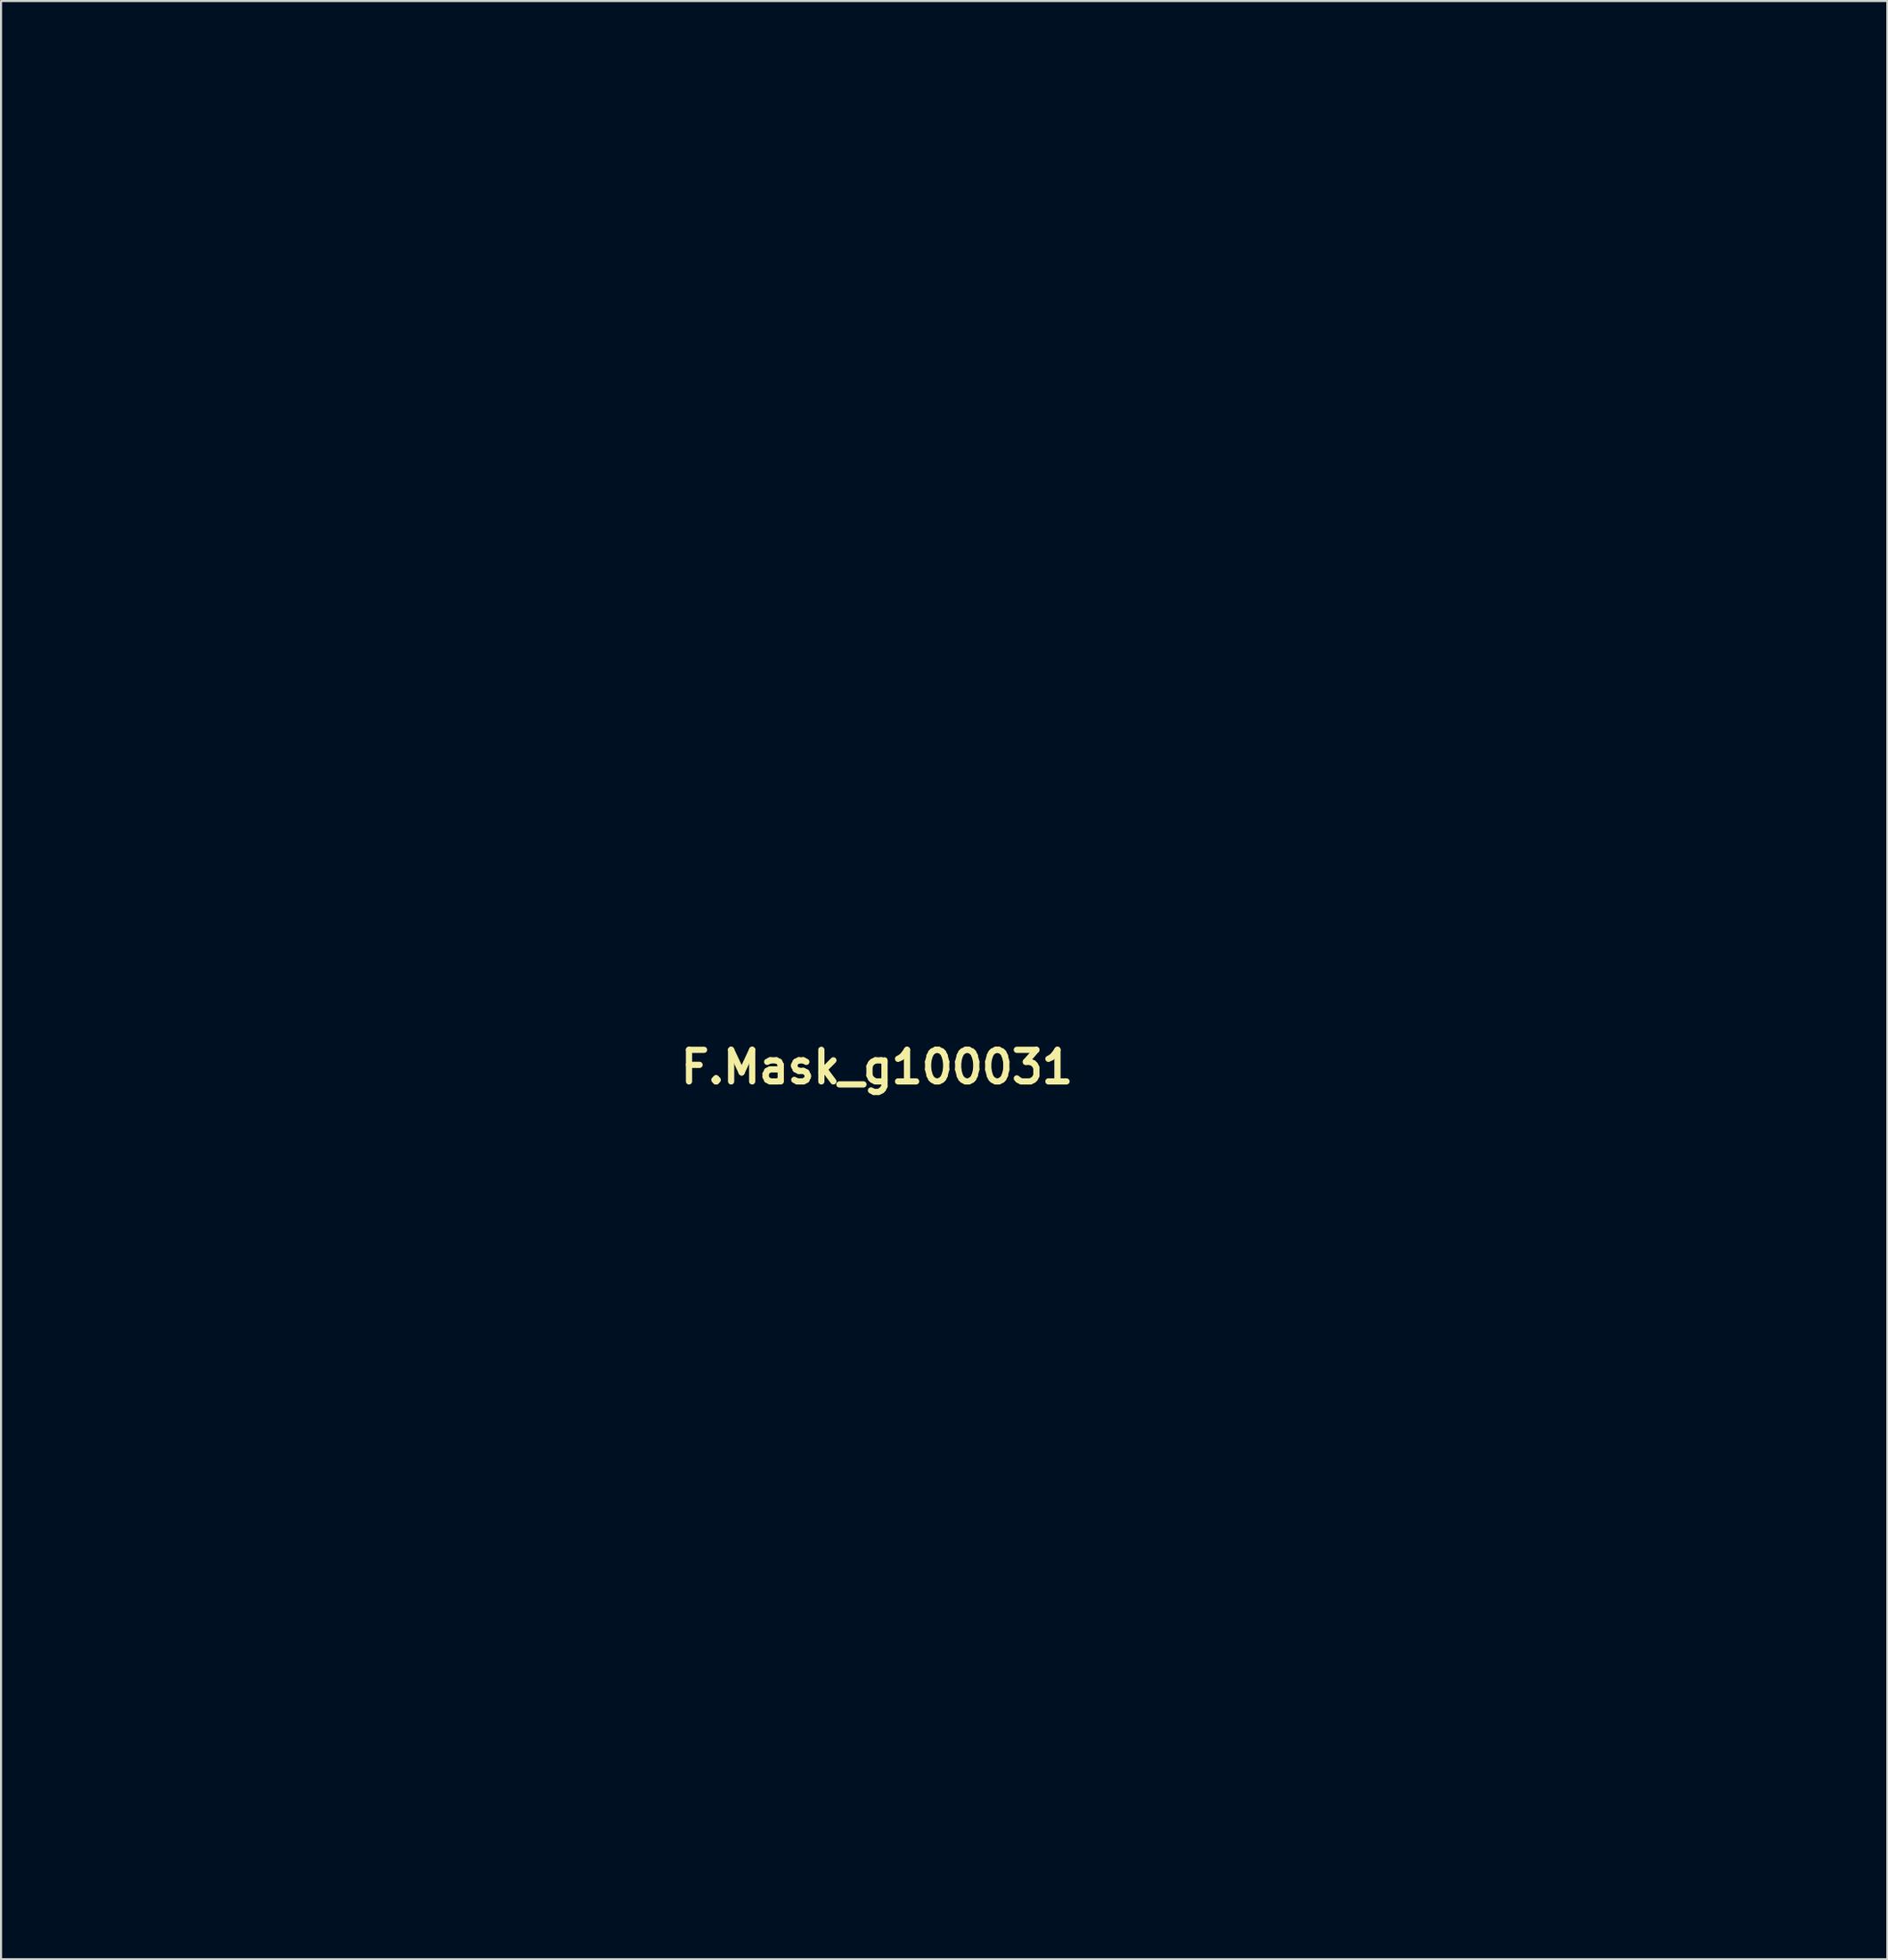
<source format=kicad_pcb>
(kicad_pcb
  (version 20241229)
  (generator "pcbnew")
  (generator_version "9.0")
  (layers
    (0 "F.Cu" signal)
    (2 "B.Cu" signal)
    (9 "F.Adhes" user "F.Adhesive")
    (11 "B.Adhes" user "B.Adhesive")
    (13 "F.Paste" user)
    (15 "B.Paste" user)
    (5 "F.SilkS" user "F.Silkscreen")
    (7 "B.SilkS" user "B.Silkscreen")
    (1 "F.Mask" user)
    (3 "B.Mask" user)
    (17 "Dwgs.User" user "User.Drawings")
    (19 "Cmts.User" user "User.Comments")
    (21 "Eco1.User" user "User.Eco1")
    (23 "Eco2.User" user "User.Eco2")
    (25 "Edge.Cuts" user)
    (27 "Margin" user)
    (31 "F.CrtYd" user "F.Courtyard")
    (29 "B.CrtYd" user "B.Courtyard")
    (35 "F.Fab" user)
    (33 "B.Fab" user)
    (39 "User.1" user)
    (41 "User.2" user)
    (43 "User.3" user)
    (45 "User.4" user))
  (footprint "F.Mask_g100031"
    (layer "F.Cu")
    (at 39.271 48.437)
    (property "Reference" "F.Mask_g100031" (at 0 0 0) (layer "F.SilkS") (effects (font (size 1.524 1.524) (thickness 0.3))))
    (attr through_hole)
    (fp_poly (pts (xy -13.577 -24.27) (xy -13.571 -24.255) (xy -13.564 -24.233) (xy -13.56 -24.221) (xy -13.553 -24.2) (xy -13.543 -24.169) (xy -13.53 -24.131) (xy -13.516 -24.088) (xy -13.5 -24.041) (xy -13.484 -23.997) (xy -13.394 -23.746) (xy -13.303 -23.505) (xy -13.208 -23.269) (xy -13.109 -23.037) (xy -13.004 -22.804) (xy -12.891 -22.568) (xy -12.808 -22.399) (xy -12.683 -22.15) (xy -12.843 -22.013) (xy -13.072 -21.819) (xy -13.303 -21.626) (xy -13.535 -21.435) (xy -13.767 -21.247) (xy -13.997 -21.062) (xy -14.224 -20.883) (xy -14.447 -20.709) (xy -14.665 -20.542) (xy -14.876 -20.383) (xy -14.983 -20.303) (xy -15.64 -19.824) (xy -16.3 -19.358) (xy -16.962 -18.903) (xy -17.629 -18.459) (xy -18.3 -18.027) (xy -18.976 -17.604) (xy -19.657 -17.191) (xy -20.346 -16.788) (xy -21.042 -16.394) (xy -21.746 -16.009) (xy -22.45 -15.635) (xy -22.507 -15.606) (xy -22.553 -15.582) (xy -22.59 -15.563) (xy -22.619 -15.548) (xy -22.641 -15.537) (xy -22.656 -15.53) (xy -22.666 -15.526) (xy -22.672 -15.524) (xy -22.675 -15.524) (xy -22.676 -15.525) (xy -22.677 -15.533) (xy -22.679 -15.551) (xy -22.683 -15.58) (xy -22.688 -15.617) (xy -22.695 -15.661) (xy -22.702 -15.711) (xy -22.71 -15.766) (xy -22.714 -15.797) (xy -22.755 -16.075) (xy -22.799 -16.365) (xy -22.847 -16.663) (xy -22.896 -16.969) (xy -22.949 -17.28) (xy -23.003 -17.596) (xy -23.003 -17.599) (xy -23.015 -17.667) (xy -23.025 -17.724) (xy -23.032 -17.77) (xy -23.038 -17.806) (xy -23.042 -17.834) (xy -23.044 -17.854) (xy -23.045 -17.867) (xy -23.044 -17.874) (xy -23.043 -17.876) (xy -23.035 -17.881) (xy -23.018 -17.891) (xy -22.993 -17.905) (xy -22.962 -17.924) (xy -22.925 -17.945) (xy -22.884 -17.968) (xy -22.873 -17.975) (xy -22.033 -18.464) (xy -21.201 -18.964) (xy -20.374 -19.474) (xy -19.552 -19.995) (xy -18.736 -20.527) (xy -17.923 -21.07) (xy -17.396 -21.43) (xy -17.067 -21.658) (xy -16.748 -21.881) (xy -16.439 -22.1) (xy -16.138 -22.316) (xy -15.844 -22.529) (xy -15.557 -22.741) (xy -15.275 -22.951) (xy -14.996 -23.161) (xy -14.721 -23.372) (xy -14.448 -23.585) (xy -14.177 -23.799) (xy -13.905 -24.016) (xy -13.762 -24.131) (xy -13.721 -24.164) (xy -13.683 -24.195) (xy -13.65 -24.222) (xy -13.621 -24.244) (xy -13.6 -24.261) (xy -13.585 -24.272) (xy -13.58 -24.276) (xy -13.577 -24.27)) (stroke (width 0.01) (type solid)) (fill yes) (layer "F.Mask"))
    (fp_poly (pts (xy 19.331 -24.142) (xy 19.347 -24.131) (xy 19.372 -24.116) (xy 19.403 -24.095) (xy 19.439 -24.071) (xy 19.48 -24.043) (xy 19.525 -24.012) (xy 19.529 -24.009) (xy 19.901 -23.756) (xy 20.267 -23.512) (xy 20.629 -23.274) (xy 20.989 -23.042) (xy 21.351 -22.814) (xy 21.715 -22.59) (xy 22.085 -22.366) (xy 22.462 -22.143) (xy 22.79 -21.952) (xy 22.825 -21.932) (xy 22.866 -21.908) (xy 22.914 -21.881) (xy 22.965 -21.851) (xy 23.021 -21.82) (xy 23.078 -21.787) (xy 23.138 -21.754) (xy 23.197 -21.72) (xy 23.256 -21.687) (xy 23.313 -21.655) (xy 23.367 -21.624) (xy 23.417 -21.596) (xy 23.463 -21.57) (xy 23.502 -21.548) (xy 23.535 -21.53) (xy 23.559 -21.516) (xy 23.574 -21.508) (xy 23.579 -21.506) (xy 23.578 -21.5) (xy 23.575 -21.482) (xy 23.569 -21.455) (xy 23.561 -21.419) (xy 23.551 -21.376) (xy 23.54 -21.326) (xy 23.527 -21.272) (xy 23.516 -21.225) (xy 23.498 -21.149) (xy 23.478 -21.061) (xy 23.455 -20.964) (xy 23.43 -20.857) (xy 23.403 -20.744) (xy 23.375 -20.624) (xy 23.346 -20.498) (xy 23.315 -20.369) (xy 23.284 -20.237) (xy 23.253 -20.103) (xy 23.222 -19.969) (xy 23.191 -19.836) (xy 23.16 -19.705) (xy 23.131 -19.577) (xy 23.113 -19.502) (xy 23.096 -19.429) (xy 23.08 -19.36) (xy 23.065 -19.295) (xy 23.051 -19.237) (xy 23.038 -19.184) (xy 23.028 -19.14) (xy 23.019 -19.104) (xy 23.012 -19.077) (xy 23.008 -19.061) (xy 23.006 -19.057) (xy 23 -19.06) (xy 22.984 -19.068) (xy 22.963 -19.08) (xy 22.949 -19.087) (xy 22.931 -19.097) (xy 22.904 -19.112) (xy 22.869 -19.131) (xy 22.827 -19.154) (xy 22.78 -19.179) (xy 22.73 -19.206) (xy 22.678 -19.234) (xy 22.666 -19.24) (xy 22.204 -19.491) (xy 21.736 -19.75) (xy 21.263 -20.017) (xy 20.788 -20.289) (xy 20.312 -20.566) (xy 19.839 -20.846) (xy 19.369 -21.129) (xy 19.307 -21.167) (xy 19.257 -21.197) (xy 19.203 -21.23) (xy 19.146 -21.265) (xy 19.086 -21.302) (xy 19.026 -21.339) (xy 18.965 -21.376) (xy 18.905 -21.413) (xy 18.846 -21.449) (xy 18.791 -21.483) (xy 18.739 -21.515) (xy 18.692 -21.544) (xy 18.651 -21.569) (xy 18.616 -21.591) (xy 18.589 -21.608) (xy 18.571 -21.619) (xy 18.563 -21.625) (xy 18.562 -21.625) (xy 18.563 -21.632) (xy 18.566 -21.65) (xy 18.572 -21.678) (xy 18.579 -21.714) (xy 18.589 -21.758) (xy 18.601 -21.808) (xy 18.613 -21.863) (xy 18.627 -21.922) (xy 18.642 -21.983) (xy 18.657 -22.045) (xy 18.666 -22.082) (xy 18.764 -22.465) (xy 18.872 -22.846) (xy 18.988 -23.222) (xy 19.111 -23.591) (xy 19.24 -23.946) (xy 19.26 -24) (xy 19.276 -24.043) (xy 19.289 -24.077) (xy 19.299 -24.102) (xy 19.307 -24.12) (xy 19.312 -24.133) (xy 19.316 -24.14) (xy 19.319 -24.144) (xy 19.322 -24.145) (xy 19.324 -24.145) (xy 19.331 -24.142)) (stroke (width 0.01) (type solid)) (fill yes) (layer "F.Mask"))
    (fp_poly (pts (xy -14.476 16.458) (xy -14.467 16.465) (xy -14.449 16.48) (xy -14.422 16.503) (xy -14.386 16.534) (xy -14.342 16.571) (xy -14.29 16.616) (xy -14.23 16.667) (xy -14.162 16.725) (xy -14.087 16.788) (xy -14.005 16.858) (xy -13.916 16.933) (xy -13.821 17.013) (xy -13.721 17.099) (xy -13.614 17.19) (xy -13.502 17.285) (xy -13.385 17.384) (xy -13.263 17.487) (xy -13.137 17.595) (xy -13.006 17.705) (xy -12.872 17.82) (xy -12.734 17.937) (xy -12.593 18.056) (xy -12.449 18.179) (xy -12.302 18.303) (xy -12.153 18.43) (xy -12.1 18.475) (xy -11.95 18.602) (xy -11.803 18.727) (xy -11.659 18.849) (xy -11.517 18.97) (xy -11.379 19.087) (xy -11.244 19.201) (xy -11.114 19.312) (xy -10.987 19.42) (xy -10.865 19.524) (xy -10.747 19.624) (xy -10.635 19.719) (xy -10.528 19.81) (xy -10.427 19.896) (xy -10.331 19.977) (xy -10.242 20.053) (xy -10.16 20.123) (xy -10.084 20.187) (xy -10.016 20.246) (xy -9.955 20.298) (xy -9.901 20.343) (xy -9.856 20.381) (xy -9.819 20.413) (xy -9.791 20.437) (xy -9.772 20.453) (xy -9.762 20.462) (xy -9.761 20.463) (xy -9.739 20.484) (xy -9.837 20.597) (xy -10.247 21.064) (xy -10.665 21.521) (xy -11.092 21.967) (xy -11.526 22.404) (xy -11.968 22.832) (xy -12.418 23.249) (xy -12.877 23.657) (xy -13.343 24.056) (xy -13.819 24.444) (xy -14.302 24.824) (xy -14.497 24.972) (xy -14.549 25.012) (xy -14.605 25.054) (xy -14.664 25.097) (xy -14.725 25.143) (xy -14.787 25.188) (xy -14.849 25.234) (xy -14.909 25.278) (xy -14.968 25.321) (xy -15.024 25.362) (xy -15.076 25.4) (xy -15.124 25.434) (xy -15.165 25.464) (xy -15.2 25.488) (xy -15.227 25.507) (xy -15.245 25.519) (xy -15.251 25.523) (xy -15.256 25.519) (xy -15.268 25.504) (xy -15.287 25.479) (xy -15.313 25.445) (xy -15.346 25.4) (xy -15.385 25.346) (xy -15.43 25.282) (xy -15.482 25.209) (xy -15.524 25.151) (xy -15.675 24.937) (xy -15.824 24.725) (xy -15.972 24.515) (xy -16.118 24.308) (xy -16.263 24.103) (xy -16.405 23.901) (xy -16.545 23.702) (xy -16.683 23.506) (xy -16.818 23.315) (xy -16.951 23.127) (xy -17.08 22.943) (xy -17.207 22.763) (xy -17.33 22.588) (xy -17.45 22.418) (xy -17.566 22.253) (xy -17.679 22.093) (xy -17.788 21.939) (xy -17.892 21.79) (xy -17.993 21.648) (xy -18.088 21.512) (xy -18.18 21.382) (xy -18.266 21.259) (xy -18.348 21.144) (xy -18.424 21.035) (xy -18.495 20.934) (xy -18.561 20.841) (xy -18.62 20.756) (xy -18.675 20.679) (xy -18.723 20.611) (xy -18.765 20.551) (xy -18.8 20.501) (xy -18.829 20.459) (xy -18.852 20.427) (xy -18.867 20.405) (xy -18.876 20.393) (xy -18.877 20.39) (xy -18.873 20.385) (xy -18.859 20.374) (xy -18.838 20.358) (xy -18.811 20.337) (xy -18.779 20.314) (xy -18.757 20.297) (xy -18.377 20.02) (xy -18.005 19.736) (xy -17.639 19.445) (xy -17.277 19.145) (xy -16.919 18.836) (xy -16.563 18.516) (xy -16.307 18.279) (xy -16.261 18.235) (xy -16.208 18.184) (xy -16.148 18.126) (xy -16.084 18.063) (xy -16.015 17.995) (xy -15.944 17.925) (xy -15.872 17.854) (xy -15.8 17.781) (xy -15.729 17.71) (xy -15.66 17.641) (xy -15.595 17.576) (xy -15.536 17.515) (xy -15.482 17.46) (xy -15.436 17.412) (xy -15.422 17.397) (xy -15.276 17.241) (xy -15.129 17.082) (xy -14.985 16.924) (xy -14.845 16.767) (xy -14.712 16.615) (xy -14.647 16.54) (xy -14.534 16.408) (xy -14.476 16.458)) (stroke (width 0.01) (type solid)) (fill yes) (layer "F.Mask"))
    (fp_poly (pts (xy -17.779 30.426) (xy -17.763 30.436) (xy -17.739 30.45) (xy -17.708 30.469) (xy -17.672 30.492) (xy -17.632 30.517) (xy -17.604 30.535) (xy -16.912 30.981) (xy -16.222 31.44) (xy -15.534 31.91) (xy -14.849 32.391) (xy -14.168 32.883) (xy -13.491 33.385) (xy -12.82 33.897) (xy -12.154 34.417) (xy -11.496 34.946) (xy -11.406 35.019) (xy -11.351 35.065) (xy -11.304 35.104) (xy -11.267 35.136) (xy -11.239 35.16) (xy -11.221 35.177) (xy -11.213 35.187) (xy -11.213 35.189) (xy -11.218 35.195) (xy -11.23 35.21) (xy -11.25 35.235) (xy -11.277 35.268) (xy -11.311 35.31) (xy -11.352 35.359) (xy -11.399 35.417) (xy -11.451 35.481) (xy -11.51 35.552) (xy -11.574 35.63) (xy -11.643 35.714) (xy -11.717 35.803) (xy -11.795 35.899) (xy -11.877 35.999) (xy -11.964 36.104) (xy -12.054 36.213) (xy -12.147 36.326) (xy -12.243 36.443) (xy -12.342 36.563) (xy -12.444 36.686) (xy -12.547 36.812) (xy -12.653 36.94) (xy -12.76 37.07) (xy -12.868 37.201) (xy -12.977 37.333) (xy -13.087 37.466) (xy -13.197 37.599) (xy -13.307 37.733) (xy -13.416 37.866) (xy -13.526 37.998) (xy -13.634 38.13) (xy -13.741 38.26) (xy -13.847 38.388) (xy -13.951 38.514) (xy -14.053 38.638) (xy -14.153 38.758) (xy -14.25 38.876) (xy -14.344 38.99) (xy -14.435 39.1) (xy -14.523 39.206) (xy -14.606 39.307) (xy -14.686 39.403) (xy -14.761 39.494) (xy -14.831 39.579) (xy -14.896 39.658) (xy -14.957 39.731) (xy -15.011 39.796) (xy -15.06 39.855) (xy -15.102 39.906) (xy -15.138 39.949) (xy -15.167 39.984) (xy -15.189 40.01) (xy -15.203 40.028) (xy -15.21 40.036) (xy -15.211 40.036) (xy -15.218 40.032) (xy -15.232 40.021) (xy -15.254 40.004) (xy -15.282 39.982) (xy -15.314 39.957) (xy -15.345 39.931) (xy -15.421 39.869) (xy -15.505 39.8) (xy -15.597 39.725) (xy -15.694 39.647) (xy -15.795 39.565) (xy -15.899 39.482) (xy -16.004 39.399) (xy -16.108 39.316) (xy -16.21 39.235) (xy -16.309 39.157) (xy -16.403 39.083) (xy -16.447 39.049) (xy -17.124 38.529) (xy -17.807 38.02) (xy -18.496 37.521) (xy -19.191 37.033) (xy -19.891 36.556) (xy -20.596 36.091) (xy -21.007 35.827) (xy -21.054 35.796) (xy -21.092 35.771) (xy -21.12 35.751) (xy -21.139 35.737) (xy -21.146 35.729) (xy -21.147 35.727) (xy -21.142 35.719) (xy -21.13 35.701) (xy -21.113 35.673) (xy -21.089 35.636) (xy -21.06 35.589) (xy -21.025 35.534) (xy -20.985 35.47) (xy -20.94 35.399) (xy -20.89 35.32) (xy -20.836 35.234) (xy -20.777 35.142) (xy -20.714 35.043) (xy -20.648 34.938) (xy -20.578 34.828) (xy -20.505 34.712) (xy -20.429 34.592) (xy -20.35 34.468) (xy -20.269 34.339) (xy -20.185 34.207) (xy -20.1 34.072) (xy -20.013 33.934) (xy -19.924 33.794) (xy -19.834 33.652) (xy -19.743 33.508) (xy -19.651 33.363) (xy -19.559 33.218) (xy -19.466 33.072) (xy -19.373 32.926) (xy -19.281 32.78) (xy -19.189 32.635) (xy -19.098 32.492) (xy -19.008 32.35) (xy -18.919 32.21) (xy -18.832 32.072) (xy -18.747 31.937) (xy -18.663 31.805) (xy -18.582 31.677) (xy -18.503 31.553) (xy -18.427 31.433) (xy -18.354 31.318) (xy -18.284 31.208) (xy -18.218 31.103) (xy -18.155 31.004) (xy -18.096 30.912) (xy -18.042 30.827) (xy -17.992 30.748) (xy -17.947 30.677) (xy -17.907 30.614) (xy -17.872 30.559) (xy -17.843 30.513) (xy -17.819 30.476) (xy -17.801 30.448) (xy -17.79 30.431) (xy -17.785 30.423) (xy -17.785 30.423) (xy -17.779 30.426)) (stroke (width 0.01) (type solid)) (fill yes) (layer "F.Mask"))
    (fp_poly (pts (xy 7.374 5.434) (xy 7.383 5.443) (xy 7.396 5.459) (xy 7.415 5.483) (xy 7.44 5.516) (xy 7.44 5.516) (xy 7.508 5.604) (xy 7.577 5.691) (xy 7.65 5.777) (xy 7.727 5.865) (xy 7.81 5.956) (xy 7.901 6.051) (xy 7.999 6.152) (xy 8.045 6.198) (xy 8.138 6.29) (xy 8.224 6.374) (xy 8.307 6.452) (xy 8.387 6.526) (xy 8.468 6.598) (xy 8.55 6.669) (xy 8.637 6.741) (xy 8.73 6.817) (xy 8.752 6.835) (xy 9.014 7.038) (xy 9.282 7.231) (xy 9.555 7.413) (xy 9.835 7.586) (xy 10.124 7.75) (xy 10.421 7.906) (xy 10.445 7.918) (xy 10.679 8.032) (xy 10.91 8.137) (xy 11.14 8.234) (xy 11.373 8.325) (xy 11.613 8.411) (xy 11.727 8.45) (xy 11.781 8.468) (xy 11.824 8.482) (xy 11.856 8.494) (xy 11.88 8.503) (xy 11.896 8.51) (xy 11.906 8.516) (xy 11.909 8.52) (xy 11.909 8.521) (xy 11.892 8.566) (xy 11.871 8.62) (xy 11.847 8.684) (xy 11.819 8.756) (xy 11.788 8.838) (xy 11.754 8.927) (xy 11.716 9.023) (xy 11.676 9.127) (xy 11.634 9.237) (xy 11.589 9.354) (xy 11.541 9.477) (xy 11.492 9.604) (xy 11.44 9.737) (xy 11.387 9.874) (xy 11.333 10.016) (xy 11.277 10.16) (xy 11.219 10.308) (xy 11.161 10.459) (xy 11.102 10.612) (xy 11.042 10.766) (xy 10.982 10.922) (xy 10.921 11.079) (xy 10.86 11.236) (xy 10.799 11.393) (xy 10.738 11.55) (xy 10.678 11.706) (xy 10.618 11.861) (xy 10.558 12.013) (xy 10.5 12.164) (xy 10.443 12.312) (xy 10.386 12.456) (xy 10.332 12.598) (xy 10.278 12.735) (xy 10.227 12.867) (xy 10.177 12.995) (xy 10.129 13.118) (xy 10.084 13.234) (xy 10.041 13.344) (xy 10.001 13.448) (xy 9.963 13.545) (xy 9.929 13.634) (xy 9.897 13.715) (xy 9.869 13.787) (xy 9.844 13.85) (xy 9.823 13.905) (xy 9.805 13.949) (xy 9.792 13.983) (xy 9.782 14.006) (xy 9.777 14.019) (xy 9.776 14.02) (xy 9.768 14.019) (xy 9.75 14.015) (xy 9.723 14.008) (xy 9.69 14) (xy 9.653 13.99) (xy 9.646 13.989) (xy 9.304 13.895) (xy 8.966 13.791) (xy 8.632 13.677) (xy 8.301 13.55) (xy 7.973 13.413) (xy 7.646 13.263) (xy 7.32 13.102) (xy 6.995 12.928) (xy 6.832 12.836) (xy 6.604 12.703) (xy 6.375 12.562) (xy 6.144 12.414) (xy 5.909 12.258) (xy 5.671 12.094) (xy 5.428 11.92) (xy 5.18 11.737) (xy 4.926 11.543) (xy 4.842 11.478) (xy 4.772 11.424) (xy 4.703 11.37) (xy 4.635 11.316) (xy 4.566 11.261) (xy 4.496 11.206) (xy 4.424 11.148) (xy 4.349 11.087) (xy 4.27 11.023) (xy 4.186 10.955) (xy 4.096 10.881) (xy 4.001 10.803) (xy 3.897 10.718) (xy 3.786 10.626) (xy 3.7 10.555) (xy 3.359 10.273) (xy 3.399 10.224) (xy 3.501 10.101) (xy 3.606 9.975) (xy 3.713 9.844) (xy 3.824 9.711) (xy 3.937 9.574) (xy 4.052 9.435) (xy 4.168 9.293) (xy 4.287 9.15) (xy 4.407 9.005) (xy 4.527 8.859) (xy 4.649 8.712) (xy 4.771 8.564) (xy 4.894 8.416) (xy 5.016 8.268) (xy 5.138 8.12) (xy 5.26 7.973) (xy 5.381 7.826) (xy 5.5 7.682) (xy 5.619 7.538) (xy 5.736 7.397) (xy 5.851 7.258) (xy 5.963 7.122) (xy 6.074 6.988) (xy 6.181 6.858) (xy 6.286 6.731) (xy 6.387 6.609) (xy 6.485 6.49) (xy 6.58 6.376) (xy 6.67 6.267) (xy 6.756 6.163) (xy 6.837 6.065) (xy 6.913 5.972) (xy 6.985 5.886) (xy 7.051 5.806) (xy 7.111 5.733) (xy 7.166 5.667) (xy 7.214 5.609) (xy 7.256 5.559) (xy 7.291 5.516) (xy 7.319 5.482) (xy 7.34 5.457) (xy 7.353 5.441) (xy 7.359 5.434) (xy 7.359 5.434) (xy 7.363 5.431) (xy 7.368 5.43) (xy 7.374 5.434)) (stroke (width 0.01) (type solid)) (fill yes) (layer "F.Mask"))
    (fp_poly (pts (xy 15.379 29.358) (xy 15.439 29.414) (xy 15.505 29.477) (xy 15.577 29.546) (xy 15.656 29.62) (xy 15.74 29.7) (xy 15.83 29.785) (xy 15.925 29.875) (xy 16.024 29.97) (xy 16.128 30.068) (xy 16.236 30.171) (xy 16.348 30.277) (xy 16.463 30.386) (xy 16.581 30.498) (xy 16.702 30.613) (xy 16.825 30.73) (xy 16.951 30.849) (xy 17.078 30.97) (xy 17.207 31.092) (xy 17.337 31.216) (xy 17.468 31.34) (xy 17.599 31.465) (xy 17.731 31.59) (xy 17.862 31.715) (xy 17.993 31.839) (xy 18.123 31.963) (xy 18.252 32.086) (xy 18.38 32.207) (xy 18.506 32.327) (xy 18.63 32.445) (xy 18.751 32.561) (xy 18.87 32.674) (xy 18.986 32.784) (xy 19.099 32.891) (xy 19.207 32.994) (xy 19.312 33.094) (xy 19.413 33.19) (xy 19.509 33.281) (xy 19.6 33.367) (xy 19.685 33.449) (xy 19.765 33.525) (xy 19.839 33.596) (xy 19.907 33.66) (xy 19.968 33.719) (xy 20.023 33.77) (xy 20.07 33.816) (xy 20.11 33.853) (xy 20.141 33.884) (xy 20.165 33.906) (xy 20.18 33.921) (xy 20.186 33.927) (xy 20.187 33.927) (xy 20.183 33.933) (xy 20.172 33.948) (xy 20.154 33.973) (xy 20.13 34.007) (xy 20.099 34.05) (xy 20.062 34.101) (xy 20.02 34.159) (xy 19.972 34.226) (xy 19.918 34.299) (xy 19.86 34.379) (xy 19.798 34.466) (xy 19.73 34.558) (xy 19.659 34.656) (xy 19.584 34.759) (xy 19.506 34.867) (xy 19.425 34.979) (xy 19.34 35.095) (xy 19.253 35.215) (xy 19.164 35.338) (xy 19.072 35.464) (xy 18.979 35.592) (xy 18.885 35.722) (xy 18.789 35.854) (xy 18.692 35.986) (xy 18.595 36.12) (xy 18.497 36.254) (xy 18.4 36.388) (xy 18.302 36.522) (xy 18.205 36.655) (xy 18.109 36.787) (xy 18.014 36.917) (xy 17.921 37.046) (xy 17.829 37.172) (xy 17.739 37.295) (xy 17.652 37.415) (xy 17.567 37.532) (xy 17.484 37.645) (xy 17.405 37.753) (xy 17.33 37.857) (xy 17.258 37.956) (xy 17.19 38.049) (xy 17.126 38.136) (xy 17.067 38.217) (xy 17.012 38.291) (xy 16.963 38.359) (xy 16.919 38.419) (xy 16.881 38.471) (xy 16.849 38.514) (xy 16.823 38.55) (xy 16.804 38.576) (xy 16.791 38.592) (xy 16.786 38.599) (xy 16.786 38.599) (xy 16.78 38.596) (xy 16.764 38.586) (xy 16.738 38.57) (xy 16.701 38.548) (xy 16.656 38.52) (xy 16.6 38.486) (xy 16.536 38.446) (xy 16.464 38.402) (xy 16.382 38.351) (xy 16.293 38.296) (xy 16.196 38.236) (xy 16.092 38.172) (xy 15.98 38.102) (xy 15.862 38.029) (xy 15.736 37.952) (xy 15.605 37.87) (xy 15.468 37.785) (xy 15.325 37.696) (xy 15.176 37.604) (xy 15.023 37.509) (xy 14.865 37.411) (xy 14.702 37.31) (xy 14.535 37.207) (xy 14.365 37.101) (xy 14.19 36.992) (xy 14.013 36.882) (xy 13.832 36.77) (xy 13.662 36.664) (xy 13.479 36.551) (xy 13.299 36.439) (xy 13.121 36.328) (xy 12.947 36.22) (xy 12.777 36.114) (xy 12.61 36.011) (xy 12.447 35.91) (xy 12.289 35.812) (xy 12.136 35.716) (xy 11.988 35.624) (xy 11.845 35.536) (xy 11.708 35.45) (xy 11.577 35.369) (xy 11.452 35.291) (xy 11.334 35.218) (xy 11.222 35.149) (xy 11.118 35.084) (xy 11.021 35.024) (xy 10.933 34.968) (xy 10.852 34.918) (xy 10.779 34.873) (xy 10.716 34.834) (xy 10.661 34.8) (xy 10.615 34.771) (xy 10.58 34.749) (xy 10.554 34.733) (xy 10.538 34.723) (xy 10.533 34.72) (xy 10.533 34.719) (xy 10.534 34.716) (xy 10.537 34.711) (xy 10.541 34.705) (xy 10.548 34.697) (xy 10.557 34.686) (xy 10.568 34.672) (xy 10.582 34.656) (xy 10.599 34.636) (xy 10.618 34.613) (xy 10.641 34.587) (xy 10.667 34.557) (xy 10.697 34.523) (xy 10.731 34.485) (xy 10.769 34.442) (xy 10.811 34.395) (xy 10.857 34.343) (xy 10.908 34.286) (xy 10.963 34.224) (xy 11.024 34.156) (xy 11.09 34.082) (xy 11.161 34.003) (xy 11.238 33.917) (xy 11.321 33.825) (xy 11.409 33.726) (xy 11.504 33.62) (xy 11.605 33.507) (xy 11.713 33.387) (xy 11.828 33.26) (xy 11.949 33.125) (xy 12.078 32.981) (xy 12.214 32.83) (xy 12.358 32.67) (xy 12.509 32.501) (xy 12.669 32.324) (xy 12.837 32.137) (xy 12.939 32.024) (xy 15.356 29.336) (xy 15.379 29.358)) (stroke (width 0.01) (type solid)) (fill yes) (layer "F.Mask"))
    (fp_poly (pts (xy -10.279 -13.426) (xy -10.264 -13.416) (xy -10.239 -13.399) (xy -10.204 -13.375) (xy -10.16 -13.345) (xy -10.108 -13.309) (xy -10.048 -13.268) (xy -9.98 -13.221) (xy -9.904 -13.168) (xy -9.821 -13.111) (xy -9.732 -13.049) (xy -9.636 -12.983) (xy -9.534 -12.913) (xy -9.427 -12.839) (xy -9.314 -12.761) (xy -9.196 -12.679) (xy -9.074 -12.595) (xy -8.948 -12.508) (xy -8.818 -12.418) (xy -8.685 -12.326) (xy -8.548 -12.231) (xy -8.409 -12.135) (xy -8.268 -12.037) (xy -8.124 -11.938) (xy -7.98 -11.838) (xy -7.834 -11.737) (xy -7.687 -11.635) (xy -7.54 -11.534) (xy -7.392 -11.432) (xy -7.246 -11.33) (xy -7.099 -11.229) (xy -6.954 -11.128) (xy -6.81 -11.029) (xy -6.668 -10.93) (xy -6.529 -10.833) (xy -6.391 -10.738) (xy -6.257 -10.645) (xy -6.126 -10.555) (xy -5.998 -10.466) (xy -5.875 -10.381) (xy -5.756 -10.298) (xy -5.642 -10.219) (xy -5.533 -10.143) (xy -5.429 -10.072) (xy -5.331 -10.004) (xy -5.24 -9.94) (xy -5.155 -9.881) (xy -5.077 -9.827) (xy -5.007 -9.778) (xy -4.944 -9.735) (xy -4.889 -9.697) (xy -4.843 -9.664) (xy -4.805 -9.638) (xy -4.777 -9.618) (xy -4.759 -9.605) (xy -4.75 -9.599) (xy -4.75 -9.599) (xy -4.753 -9.593) (xy -4.764 -9.578) (xy -4.782 -9.554) (xy -4.806 -9.52) (xy -4.837 -9.479) (xy -4.874 -9.429) (xy -4.917 -9.372) (xy -4.965 -9.307) (xy -5.018 -9.236) (xy -5.076 -9.158) (xy -5.138 -9.075) (xy -5.205 -8.986) (xy -5.275 -8.892) (xy -5.348 -8.794) (xy -5.425 -8.691) (xy -5.505 -8.585) (xy -5.587 -8.476) (xy -5.671 -8.363) (xy -5.757 -8.248) (xy -5.845 -8.131) (xy -5.934 -8.013) (xy -6.024 -7.893) (xy -6.114 -7.773) (xy -6.205 -7.652) (xy -6.296 -7.531) (xy -6.386 -7.411) (xy -6.475 -7.292) (xy -6.564 -7.175) (xy -6.651 -7.059) (xy -6.736 -6.945) (xy -6.82 -6.834) (xy -6.901 -6.726) (xy -6.979 -6.622) (xy -7.055 -6.522) (xy -7.127 -6.426) (xy -7.196 -6.335) (xy -7.261 -6.249) (xy -7.321 -6.169) (xy -7.377 -6.095) (xy -7.428 -6.027) (xy -7.474 -5.967) (xy -7.514 -5.914) (xy -7.549 -5.868) (xy -7.577 -5.831) (xy -7.599 -5.803) (xy -7.614 -5.783) (xy -7.622 -5.774) (xy -7.623 -5.772) (xy -7.629 -5.776) (xy -7.644 -5.787) (xy -7.67 -5.804) (xy -7.705 -5.828) (xy -7.749 -5.858) (xy -7.803 -5.895) (xy -7.864 -5.937) (xy -7.935 -5.986) (xy -8.013 -6.039) (xy -8.099 -6.099) (xy -8.192 -6.163) (xy -8.292 -6.232) (xy -8.399 -6.306) (xy -8.513 -6.384) (xy -8.633 -6.467) (xy -8.758 -6.554) (xy -8.89 -6.644) (xy -9.026 -6.738) (xy -9.168 -6.836) (xy -9.314 -6.937) (xy -9.464 -7.041) (xy -9.619 -7.147) (xy -9.777 -7.257) (xy -9.939 -7.369) (xy -10.103 -7.482) (xy -10.271 -7.598) (xy -10.395 -7.684) (xy -10.564 -7.801) (xy -10.731 -7.916) (xy -10.895 -8.03) (xy -11.056 -8.141) (xy -11.213 -8.25) (xy -11.367 -8.356) (xy -11.516 -8.459) (xy -11.661 -8.559) (xy -11.801 -8.656) (xy -11.936 -8.75) (xy -12.066 -8.839) (xy -12.19 -8.925) (xy -12.308 -9.007) (xy -12.42 -9.084) (xy -12.525 -9.157) (xy -12.624 -9.225) (xy -12.715 -9.288) (xy -12.799 -9.346) (xy -12.875 -9.399) (xy -12.942 -9.446) (xy -13.002 -9.487) (xy -13.053 -9.522) (xy -13.094 -9.551) (xy -13.127 -9.574) (xy -13.15 -9.59) (xy -13.163 -9.599) (xy -13.166 -9.601) (xy -13.162 -9.606) (xy -13.151 -9.621) (xy -13.134 -9.646) (xy -13.109 -9.679) (xy -13.078 -9.72) (xy -13.042 -9.77) (xy -12.999 -9.827) (xy -12.951 -9.891) (xy -12.898 -9.963) (xy -12.84 -10.04) (xy -12.778 -10.123) (xy -12.711 -10.212) (xy -12.641 -10.305) (xy -12.567 -10.404) (xy -12.491 -10.506) (xy -12.411 -10.612) (xy -12.329 -10.722) (xy -12.244 -10.834) (xy -12.158 -10.949) (xy -12.07 -11.066) (xy -11.981 -11.184) (xy -11.891 -11.304) (xy -11.801 -11.424) (xy -11.71 -11.545) (xy -11.619 -11.666) (xy -11.529 -11.786) (xy -11.439 -11.905) (xy -11.351 -12.023) (xy -11.263 -12.138) (xy -11.178 -12.252) (xy -11.094 -12.363) (xy -11.013 -12.471) (xy -10.934 -12.575) (xy -10.858 -12.676) (xy -10.785 -12.772) (xy -10.716 -12.863) (xy -10.651 -12.949) (xy -10.591 -13.03) (xy -10.534 -13.104) (xy -10.483 -13.172) (xy -10.437 -13.233) (xy -10.396 -13.286) (xy -10.361 -13.332) (xy -10.332 -13.37) (xy -10.31 -13.398) (xy -10.295 -13.418) (xy -10.286 -13.429) (xy -10.285 -13.43) (xy -10.279 -13.426)) (stroke (width 0.01) (type solid)) (fill yes) (layer "F.Mask"))
    (fp_poly (pts (xy 3.46 -29.375) (xy 3.476 -29.366) (xy 3.503 -29.351) (xy 3.539 -29.33) (xy 3.584 -29.304) (xy 3.638 -29.273) (xy 3.7 -29.237) (xy 3.77 -29.196) (xy 3.848 -29.151) (xy 3.933 -29.102) (xy 4.024 -29.049) (xy 4.121 -28.992) (xy 4.225 -28.932) (xy 4.333 -28.868) (xy 4.447 -28.802) (xy 4.564 -28.734) (xy 4.686 -28.663) (xy 4.812 -28.589) (xy 4.94 -28.514) (xy 5.071 -28.438) (xy 5.205 -28.36) (xy 5.34 -28.281) (xy 5.477 -28.201) (xy 5.614 -28.121) (xy 5.753 -28.04) (xy 5.891 -27.959) (xy 6.029 -27.878) (xy 6.166 -27.798) (xy 6.301 -27.719) (xy 6.436 -27.64) (xy 6.568 -27.563) (xy 6.697 -27.487) (xy 6.824 -27.413) (xy 6.947 -27.341) (xy 7.066 -27.271) (xy 7.182 -27.203) (xy 7.292 -27.138) (xy 7.397 -27.077) (xy 7.497 -27.018) (xy 7.591 -26.963) (xy 7.678 -26.912) (xy 7.758 -26.864) (xy 7.831 -26.821) (xy 7.896 -26.783) (xy 7.954 -26.749) (xy 8.002 -26.72) (xy 8.041 -26.697) (xy 8.071 -26.679) (xy 8.091 -26.667) (xy 8.101 -26.661) (xy 8.102 -26.66) (xy 8.102 -26.658) (xy 8.1 -26.653) (xy 8.095 -26.645) (xy 8.089 -26.634) (xy 8.08 -26.619) (xy 8.069 -26.6) (xy 8.055 -26.577) (xy 8.039 -26.549) (xy 8.019 -26.517) (xy 7.996 -26.48) (xy 7.97 -26.437) (xy 7.94 -26.39) (xy 7.906 -26.336) (xy 7.869 -26.277) (xy 7.828 -26.211) (xy 7.783 -26.139) (xy 7.733 -26.06) (xy 7.679 -25.974) (xy 7.62 -25.881) (xy 7.557 -25.78) (xy 7.488 -25.672) (xy 7.415 -25.555) (xy 7.336 -25.431) (xy 7.252 -25.297) (xy 7.162 -25.155) (xy 7.066 -25.004) (xy 6.965 -24.844) (xy 6.857 -24.674) (xy 6.743 -24.494) (xy 6.623 -24.304) (xy 6.496 -24.104) (xy 6.426 -23.994) (xy 6.319 -23.826) (xy 6.214 -23.66) (xy 6.111 -23.498) (xy 6.01 -23.338) (xy 5.912 -23.183) (xy 5.816 -23.031) (xy 5.722 -22.884) (xy 5.632 -22.741) (xy 5.544 -22.604) (xy 5.46 -22.471) (xy 5.38 -22.345) (xy 5.303 -22.224) (xy 5.231 -22.109) (xy 5.162 -22.001) (xy 5.098 -21.9) (xy 5.038 -21.806) (xy 4.983 -21.72) (xy 4.933 -21.642) (xy 4.889 -21.571) (xy 4.849 -21.51) (xy 4.816 -21.457) (xy 4.788 -21.413) (xy 4.766 -21.379) (xy 4.75 -21.354) (xy 4.741 -21.34) (xy 4.738 -21.336) (xy 4.732 -21.339) (xy 4.716 -21.349) (xy 4.689 -21.364) (xy 4.653 -21.385) (xy 4.607 -21.412) (xy 4.552 -21.444) (xy 4.488 -21.482) (xy 4.416 -21.524) (xy 4.335 -21.571) (xy 4.247 -21.623) (xy 4.152 -21.679) (xy 4.049 -21.739) (xy 3.94 -21.803) (xy 3.824 -21.871) (xy 3.703 -21.942) (xy 3.576 -22.017) (xy 3.443 -22.094) (xy 3.306 -22.175) (xy 3.165 -22.258) (xy 3.019 -22.343) (xy 2.869 -22.431) (xy 2.716 -22.521) (xy 2.56 -22.613) (xy 2.419 -22.695) (xy 2.261 -22.788) (xy 2.105 -22.88) (xy 1.952 -22.97) (xy 1.803 -23.057) (xy 1.657 -23.143) (xy 1.516 -23.226) (xy 1.379 -23.306) (xy 1.248 -23.384) (xy 1.121 -23.458) (xy 1 -23.529) (xy 0.885 -23.597) (xy 0.777 -23.66) (xy 0.675 -23.72) (xy 0.58 -23.776) (xy 0.493 -23.828) (xy 0.413 -23.874) (xy 0.342 -23.916) (xy 0.279 -23.954) (xy 0.225 -23.985) (xy 0.18 -24.012) (xy 0.145 -24.033) (xy 0.119 -24.048) (xy 0.104 -24.057) (xy 0.099 -24.06) (xy 0.103 -24.065) (xy 0.112 -24.081) (xy 0.128 -24.107) (xy 0.15 -24.142) (xy 0.178 -24.187) (xy 0.211 -24.24) (xy 0.25 -24.302) (xy 0.294 -24.371) (xy 0.342 -24.449) (xy 0.395 -24.533) (xy 0.452 -24.624) (xy 0.514 -24.722) (xy 0.579 -24.825) (xy 0.648 -24.935) (xy 0.72 -25.049) (xy 0.795 -25.168) (xy 0.872 -25.292) (xy 0.953 -25.42) (xy 1.036 -25.551) (xy 1.12 -25.686) (xy 1.207 -25.823) (xy 1.295 -25.963) (xy 1.385 -26.105) (xy 1.475 -26.249) (xy 1.567 -26.393) (xy 1.659 -26.539) (xy 1.751 -26.685) (xy 1.843 -26.832) (xy 1.935 -26.978) (xy 2.027 -27.123) (xy 2.118 -27.267) (xy 2.208 -27.41) (xy 2.297 -27.551) (xy 2.385 -27.69) (xy 2.471 -27.826) (xy 2.555 -27.958) (xy 2.636 -28.088) (xy 2.716 -28.213) (xy 2.792 -28.335) (xy 2.866 -28.451) (xy 2.937 -28.563) (xy 3.004 -28.669) (xy 3.067 -28.77) (xy 3.127 -28.864) (xy 3.183 -28.951) (xy 3.234 -29.032) (xy 3.28 -29.105) (xy 3.322 -29.17) (xy 3.358 -29.227) (xy 3.389 -29.276) (xy 3.414 -29.316) (xy 3.434 -29.346) (xy 3.447 -29.366) (xy 3.454 -29.376) (xy 3.454 -29.378) (xy 3.46 -29.375)) (stroke (width 0.01) (type solid)) (fill yes) (layer "F.Mask"))
    (fp_poly (pts (xy 40.298 -8.418) (xy 40.313 -8.407) (xy 40.338 -8.389) (xy 40.373 -8.364) (xy 40.416 -8.332) (xy 40.469 -8.294) (xy 40.53 -8.251) (xy 40.599 -8.201) (xy 40.676 -8.145) (xy 40.761 -8.084) (xy 40.852 -8.018) (xy 40.951 -7.946) (xy 41.057 -7.87) (xy 41.169 -7.789) (xy 41.287 -7.704) (xy 41.411 -7.614) (xy 41.54 -7.521) (xy 41.675 -7.424) (xy 41.814 -7.323) (xy 41.958 -7.219) (xy 42.106 -7.112) (xy 42.259 -7.001) (xy 42.414 -6.889) (xy 42.574 -6.773) (xy 42.736 -6.656) (xy 42.901 -6.536) (xy 43.028 -6.444) (xy 43.232 -6.297) (xy 43.426 -6.157) (xy 43.61 -6.024) (xy 43.784 -5.897) (xy 43.949 -5.778) (xy 44.105 -5.665) (xy 44.253 -5.558) (xy 44.391 -5.458) (xy 44.521 -5.364) (xy 44.643 -5.275) (xy 44.757 -5.193) (xy 44.864 -5.115) (xy 44.962 -5.043) (xy 45.054 -4.977) (xy 45.139 -4.915) (xy 45.217 -4.858) (xy 45.289 -4.806) (xy 45.354 -4.758) (xy 45.414 -4.715) (xy 45.468 -4.675) (xy 45.516 -4.64) (xy 45.559 -4.608) (xy 45.597 -4.58) (xy 45.63 -4.555) (xy 45.658 -4.534) (xy 45.683 -4.516) (xy 45.703 -4.5) (xy 45.719 -4.488) (xy 45.732 -4.477) (xy 45.742 -4.47) (xy 45.748 -4.464) (xy 45.751 -4.46) (xy 45.752 -4.459) (xy 45.752 -4.459) (xy 45.748 -4.452) (xy 45.736 -4.436) (xy 45.717 -4.41) (xy 45.692 -4.375) (xy 45.661 -4.331) (xy 45.623 -4.279) (xy 45.58 -4.219) (xy 45.531 -4.151) (xy 45.477 -4.077) (xy 45.418 -3.995) (xy 45.354 -3.907) (xy 45.286 -3.813) (xy 45.214 -3.713) (xy 45.138 -3.607) (xy 45.058 -3.497) (xy 44.975 -3.383) (xy 44.889 -3.264) (xy 44.8 -3.141) (xy 44.709 -3.015) (xy 44.615 -2.886) (xy 44.52 -2.754) (xy 44.423 -2.62) (xy 44.324 -2.483) (xy 44.224 -2.346) (xy 44.124 -2.207) (xy 44.023 -2.068) (xy 43.921 -1.928) (xy 43.82 -1.788) (xy 43.719 -1.648) (xy 43.618 -1.509) (xy 43.518 -1.371) (xy 43.419 -1.235) (xy 43.322 -1.101) (xy 43.226 -0.969) (xy 43.132 -0.839) (xy 43.04 -0.713) (xy 42.951 -0.589) (xy 42.865 -0.47) (xy 42.781 -0.355) (xy 42.701 -0.244) (xy 42.624 -0.138) (xy 42.551 -0.038) (xy 42.482 0.057) (xy 42.417 0.146) (xy 42.357 0.229) (xy 42.302 0.304) (xy 42.252 0.373) (xy 42.208 0.434) (xy 42.169 0.487) (xy 42.137 0.532) (xy 42.11 0.568) (xy 42.091 0.595) (xy 42.078 0.612) (xy 42.072 0.62) (xy 42.071 0.62) (xy 42.066 0.617) (xy 42.05 0.606) (xy 42.025 0.588) (xy 41.991 0.564) (xy 41.947 0.533) (xy 41.894 0.495) (xy 41.834 0.451) (xy 41.764 0.402) (xy 41.687 0.346) (xy 41.603 0.285) (xy 41.511 0.219) (xy 41.412 0.148) (xy 41.306 0.072) (xy 41.195 -0.009) (xy 41.076 -0.094) (xy 40.953 -0.183) (xy 40.823 -0.277) (xy 40.689 -0.374) (xy 40.549 -0.474) (xy 40.406 -0.578) (xy 40.257 -0.686) (xy 40.105 -0.796) (xy 39.949 -0.908) (xy 39.79 -1.024) (xy 39.627 -1.141) (xy 39.462 -1.261) (xy 39.335 -1.353) (xy 39.167 -1.474) (xy 39.003 -1.593) (xy 38.841 -1.71) (xy 38.683 -1.824) (xy 38.528 -1.937) (xy 38.377 -2.046) (xy 38.229 -2.153) (xy 38.087 -2.256) (xy 37.949 -2.356) (xy 37.815 -2.452) (xy 37.688 -2.545) (xy 37.565 -2.633) (xy 37.449 -2.718) (xy 37.339 -2.797) (xy 37.235 -2.873) (xy 37.138 -2.943) (xy 37.048 -3.008) (xy 36.965 -3.068) (xy 36.89 -3.122) (xy 36.823 -3.17) (xy 36.765 -3.213) (xy 36.715 -3.249) (xy 36.673 -3.279) (xy 36.641 -3.302) (xy 36.619 -3.319) (xy 36.606 -3.328) (xy 36.603 -3.33) (xy 36.606 -3.336) (xy 36.617 -3.351) (xy 36.634 -3.375) (xy 36.659 -3.409) (xy 36.689 -3.452) (xy 36.726 -3.503) (xy 36.768 -3.562) (xy 36.816 -3.629) (xy 36.87 -3.703) (xy 36.928 -3.784) (xy 36.991 -3.871) (xy 37.058 -3.964) (xy 37.13 -4.063) (xy 37.206 -4.168) (xy 37.285 -4.278) (xy 37.367 -4.392) (xy 37.453 -4.51) (xy 37.542 -4.632) (xy 37.633 -4.758) (xy 37.726 -4.887) (xy 37.821 -5.019) (xy 37.918 -5.152) (xy 38.016 -5.288) (xy 38.116 -5.426) (xy 38.216 -5.565) (xy 38.318 -5.704) (xy 38.419 -5.844) (xy 38.521 -5.984) (xy 38.622 -6.124) (xy 38.723 -6.263) (xy 38.823 -6.401) (xy 38.922 -6.538) (xy 39.02 -6.673) (xy 39.116 -6.806) (xy 39.21 -6.936) (xy 39.303 -7.063) (xy 39.393 -7.187) (xy 39.48 -7.307) (xy 39.564 -7.423) (xy 39.645 -7.535) (xy 39.723 -7.642) (xy 39.797 -7.743) (xy 39.867 -7.839) (xy 39.932 -7.929) (xy 39.993 -8.013) (xy 40.049 -8.09) (xy 40.1 -8.16) (xy 40.146 -8.223) (xy 40.186 -8.278) (xy 40.22 -8.324) (xy 40.248 -8.362) (xy 40.269 -8.391) (xy 40.284 -8.41) (xy 40.291 -8.42) (xy 40.292 -8.421) (xy 40.298 -8.418)) (stroke (width 0.01) (type solid)) (fill yes) (layer "F.Mask"))
    (fp_poly (pts (xy -18.051 -47.771) (xy -17.584 -47.753) (xy -17.291 -47.736) (xy -16.837 -47.7) (xy -16.39 -47.653) (xy -15.948 -47.595) (xy -15.512 -47.526) (xy -15.083 -47.446) (xy -14.66 -47.355) (xy -14.243 -47.253) (xy -13.872 -47.152) (xy -13.718 -47.107) (xy -13.553 -47.056) (xy -13.379 -47.001) (xy -13.198 -46.942) (xy -13.01 -46.879) (xy -12.818 -46.813) (xy -12.621 -46.745) (xy -12.422 -46.674) (xy -12.222 -46.601) (xy -12.022 -46.527) (xy -11.823 -46.451) (xy -11.627 -46.375) (xy -11.434 -46.3) (xy -11.412 -46.291) (xy -10.904 -46.082) (xy -10.405 -45.866) (xy -9.914 -45.642) (xy -9.431 -45.411) (xy -8.957 -45.173) (xy -8.492 -44.927) (xy -8.036 -44.675) (xy -7.59 -44.415) (xy -7.152 -44.148) (xy -6.725 -43.875) (xy -6.307 -43.595) (xy -5.898 -43.308) (xy -5.5 -43.015) (xy -5.113 -42.716) (xy -4.735 -42.411) (xy -4.368 -42.099) (xy -4.012 -41.781) (xy -3.667 -41.458) (xy -3.332 -41.128) (xy -3.009 -40.793) (xy -2.835 -40.605) (xy -2.685 -40.439) (xy -2.538 -40.269) (xy -2.393 -40.098) (xy -2.252 -39.926) (xy -2.115 -39.754) (xy -1.983 -39.582) (xy -1.856 -39.412) (xy -1.736 -39.245) (xy -1.623 -39.082) (xy -1.518 -38.924) (xy -1.421 -38.771) (xy -1.333 -38.624) (xy -1.311 -38.586) (xy -1.294 -38.556) (xy -1.271 -38.519) (xy -1.245 -38.478) (xy -1.218 -38.436) (xy -1.192 -38.395) (xy -1.19 -38.392) (xy -1.163 -38.351) (xy -1.135 -38.307) (xy -1.108 -38.263) (xy -1.084 -38.224) (xy -1.064 -38.191) (xy -1.064 -38.19) (xy -0.967 -38.008) (xy -0.881 -37.82) (xy -0.807 -37.627) (xy -0.745 -37.431) (xy -0.694 -37.23) (xy -0.656 -37.027) (xy -0.629 -36.821) (xy -0.622 -36.738) (xy -0.62 -36.692) (xy -0.618 -36.636) (xy -0.617 -36.574) (xy -0.616 -36.509) (xy -0.616 -36.443) (xy -0.617 -36.38) (xy -0.619 -36.322) (xy -0.621 -36.273) (xy -0.622 -36.252) (xy -0.645 -36.043) (xy -0.679 -35.838) (xy -0.725 -35.636) (xy -0.783 -35.437) (xy -0.853 -35.244) (xy -0.934 -35.055) (xy -1.026 -34.871) (xy -1.129 -34.693) (xy -1.227 -34.546) (xy -1.247 -34.517) (xy -1.275 -34.48) (xy -1.31 -34.434) (xy -1.351 -34.379) (xy -1.399 -34.317) (xy -1.453 -34.248) (xy -1.512 -34.173) (xy -1.576 -34.091) (xy -1.645 -34.004) (xy -1.718 -33.912) (xy -1.794 -33.816) (xy -1.874 -33.715) (xy -1.956 -33.612) (xy -2.041 -33.506) (xy -2.128 -33.397) (xy -2.216 -33.288) (xy -2.305 -33.177) (xy -2.395 -33.065) (xy -2.485 -32.954) (xy -2.574 -32.843) (xy -2.663 -32.733) (xy -2.751 -32.625) (xy -2.837 -32.519) (xy -2.921 -32.416) (xy -2.965 -32.363) (xy -3.376 -31.864) (xy -3.788 -31.369) (xy -4.202 -30.878) (xy -4.617 -30.392) (xy -5.031 -29.912) (xy -5.446 -29.438) (xy -5.859 -28.97) (xy -6.27 -28.51) (xy -6.679 -28.059) (xy -7.086 -27.616) (xy -7.488 -27.183) (xy -7.887 -26.76) (xy -8.239 -26.391) (xy -8.284 -26.344) (xy -8.329 -26.298) (xy -8.371 -26.254) (xy -8.411 -26.213) (xy -8.446 -26.176) (xy -8.476 -26.145) (xy -8.499 -26.121) (xy -8.513 -26.106) (xy -8.535 -26.083) (xy -8.553 -26.065) (xy -8.567 -26.053) (xy -8.574 -26.048) (xy -8.574 -26.048) (xy -8.577 -26.055) (xy -8.585 -26.072) (xy -8.595 -26.098) (xy -8.608 -26.131) (xy -8.624 -26.169) (xy -8.64 -26.212) (xy -8.658 -26.257) (xy -8.676 -26.303) (xy -8.693 -26.349) (xy -8.71 -26.392) (xy -8.725 -26.431) (xy -8.733 -26.454) (xy -8.802 -26.644) (xy -8.872 -26.845) (xy -8.943 -27.055) (xy -9.013 -27.274) (xy -9.083 -27.5) (xy -9.153 -27.73) (xy -9.22 -27.963) (xy -9.286 -28.193) (xy -9.226 -28.256) (xy -9.209 -28.274) (xy -9.185 -28.3) (xy -9.154 -28.332) (xy -9.118 -28.369) (xy -9.078 -28.411) (xy -9.035 -28.456) (xy -8.991 -28.502) (xy -8.956 -28.538) (xy -8.546 -28.97) (xy -8.142 -29.406) (xy -7.746 -29.846) (xy -7.357 -30.287) (xy -6.977 -30.731) (xy -6.606 -31.175) (xy -6.245 -31.62) (xy -5.893 -32.064) (xy -5.553 -32.507) (xy -5.223 -32.948) (xy -4.987 -33.274) (xy -4.945 -33.333) (xy -4.911 -33.384) (xy -4.883 -33.429) (xy -4.86 -33.47) (xy -4.841 -33.51) (xy -4.835 -33.522) (xy -4.796 -33.627) (xy -4.769 -33.733) (xy -4.755 -33.839) (xy -4.753 -33.946) (xy -4.763 -34.053) (xy -4.786 -34.158) (xy -4.821 -34.261) (xy -4.868 -34.362) (xy -4.922 -34.453) (xy -4.957 -34.5) (xy -5 -34.551) (xy -5.047 -34.601) (xy -5.096 -34.648) (xy -5.145 -34.689) (xy -5.18 -34.714) (xy -5.277 -34.773) (xy -5.379 -34.819) (xy -5.486 -34.855) (xy -5.531 -34.866) (xy -5.553 -34.87) (xy -5.577 -34.873) (xy -5.605 -34.875) (xy -5.639 -34.876) (xy -5.681 -34.877) (xy -5.718 -34.877) (xy -5.755 -34.877) (xy -5.787 -34.877) (xy -5.815 -34.876) (xy -5.842 -34.874) (xy -5.868 -34.871) (xy -5.896 -34.866) (xy -5.927 -34.86) (xy -5.962 -34.852) (xy -6.004 -34.842) (xy -6.053 -34.829) (xy -6.111 -34.813) (xy -6.176 -34.795) (xy -6.553 -34.688) (xy -6.936 -34.57) (xy -7.325 -34.441) (xy -7.721 -34.301) (xy -8.122 -34.152) (xy -8.529 -33.992) (xy -8.941 -33.822) (xy -9.358 -33.641) (xy -9.78 -33.451) (xy -10.207 -33.251) (xy -10.638 -33.041) (xy -11.073 -32.821) (xy -11.512 -32.592) (xy -11.955 -32.353) (xy -11.963 -32.348) (xy -12.46 -32.072) (xy -12.96 -31.783) (xy -13.465 -31.483) (xy -13.973 -31.172) (xy -14.486 -30.849) (xy -15.001 -30.515) (xy -15.521 -30.17) (xy -16.043 -29.814) (xy -16.568 -29.448) (xy -17.096 -29.07) (xy -17.627 -28.683) (xy -18.16 -28.285) (xy -18.695 -27.876) (xy -19.232 -27.458) (xy -19.771 -27.029) (xy -19.952 -26.883) (xy -20.514 -26.426) (xy -21.065 -25.972) (xy -21.604 -25.521) (xy -22.132 -25.073) (xy -22.65 -24.628) (xy -23.158 -24.184) (xy -23.656 -23.743) (xy -24.144 -23.303) (xy -24.624 -22.864) (xy -25.095 -22.425) (xy -25.558 -21.988) (xy -25.635 -21.914) (xy -25.831 -21.726) (xy -26.032 -21.531) (xy -26.236 -21.331) (xy -26.443 -21.127) (xy -26.651 -20.92) (xy -26.858 -20.712) (xy -27.064 -20.505) (xy -27.266 -20.299) (xy -27.463 -20.096) (xy -27.655 -19.898) (xy -27.838 -19.706) (xy -27.931 -19.609) (xy -28.197 -19.326) (xy -28.459 -19.041) (xy -28.719 -18.757) (xy -28.974 -18.472) (xy -29.224 -18.189) (xy -29.469 -17.907) (xy -29.708 -17.628) (xy -29.941 -17.352) (xy -30.166 -17.079) (xy -30.383 -16.812) (xy -30.593 -16.549) (xy -30.793 -16.292) (xy -30.983 -16.042) (xy -31.001 -16.018) (xy -31.038 -15.969) (xy -31.068 -15.928) (xy -31.092 -15.894) (xy -31.112 -15.865) (xy -31.129 -15.84) (xy -31.143 -15.816) (xy -31.157 -15.792) (xy -31.17 -15.766) (xy -31.176 -15.755) (xy -31.215 -15.666) (xy -31.243 -15.578) (xy -31.262 -15.488) (xy -31.271 -15.391) (xy -31.272 -15.377) (xy -31.27 -15.266) (xy -31.256 -15.158) (xy -31.229 -15.053) (xy -31.191 -14.952) (xy -31.141 -14.855) (xy -31.079 -14.762) (xy -31.006 -14.674) (xy -30.97 -14.637) (xy -30.887 -14.563) (xy -30.798 -14.5) (xy -30.704 -14.449) (xy -30.606 -14.409) (xy -30.505 -14.38) (xy -30.401 -14.363) (xy -30.295 -14.358) (xy -30.188 -14.366) (xy -30.081 -14.385) (xy -29.982 -14.415) (xy -29.962 -14.422) (xy -29.932 -14.434) (xy -29.892 -14.451) (xy -29.843 -14.471) (xy -29.787 -14.495) (xy -29.724 -14.522) (xy -29.655 -14.551) (xy -29.583 -14.582) (xy -29.506 -14.615) (xy -29.428 -14.649) (xy -29.347 -14.684) (xy -29.267 -14.719) (xy -29.187 -14.754) (xy -29.108 -14.789) (xy -29.054 -14.813) (xy -28.828 -14.914) (xy -28.593 -15.02) (xy -28.354 -15.13) (xy -28.113 -15.241) (xy -27.874 -15.352) (xy -27.64 -15.463) (xy -27.414 -15.571) (xy -27.389 -15.583) (xy -27.355 -15.599) (xy -27.325 -15.613) (xy -27.3 -15.624) (xy -27.284 -15.63) (xy -27.276 -15.632) (xy -27.276 -15.632) (xy -27.275 -15.625) (xy -27.273 -15.605) (xy -27.272 -15.574) (xy -27.27 -15.533) (xy -27.269 -15.483) (xy -27.267 -15.424) (xy -27.266 -15.357) (xy -27.265 -15.283) (xy -27.264 -15.203) (xy -27.263 -15.117) (xy -27.262 -15.027) (xy -27.261 -14.933) (xy -27.26 -14.837) (xy -27.259 -14.738) (xy -27.259 -14.638) (xy -27.258 -14.537) (xy -27.258 -14.436) (xy -27.257 -14.337) (xy -27.257 -14.24) (xy -27.257 -14.145) (xy -27.257 -14.054) (xy -27.257 -13.968) (xy -27.258 -13.886) (xy -27.258 -13.811) (xy -27.259 -13.742) (xy -27.26 -13.681) (xy -27.261 -13.629) (xy -27.262 -13.586) (xy -27.263 -13.562) (xy -27.268 -13.437) (xy -27.285 -13.431) (xy -27.295 -13.428) (xy -27.315 -13.42) (xy -27.344 -13.409) (xy -27.38 -13.394) (xy -27.423 -13.378) (xy -27.47 -13.359) (xy -27.521 -13.339) (xy -27.524 -13.338) (xy -27.845 -13.214) (xy -28.169 -13.092) (xy -28.493 -12.971) (xy -28.818 -12.853) (xy -29.141 -12.739) (xy -29.461 -12.627) (xy -29.778 -12.52) (xy -30.089 -12.417) (xy -30.393 -12.319) (xy -30.689 -12.226) (xy -30.977 -12.139) (xy -31.074 -12.11) (xy -31.181 -12.08) (xy -31.28 -12.053) (xy -31.373 -12.031) (xy -31.462 -12.012) (xy -31.55 -11.996) (xy -31.641 -11.982) (xy -31.734 -11.969) (xy -31.77 -11.965) (xy -31.805 -11.962) (xy -31.844 -11.96) (xy -31.886 -11.958) (xy -31.935 -11.956) (xy -31.993 -11.955) (xy -32.061 -11.954) (xy -32.068 -11.954) (xy -32.123 -11.954) (xy -32.178 -11.954) (xy -32.231 -11.954) (xy -32.278 -11.955) (xy -32.317 -11.955) (xy -32.348 -11.957) (xy -32.363 -11.958) (xy -32.572 -11.981) (xy -32.778 -12.017) (xy -32.98 -12.065) (xy -33.178 -12.124) (xy -33.371 -12.195) (xy -33.558 -12.276) (xy -33.741 -12.369) (xy -33.917 -12.472) (xy -34.087 -12.586) (xy -34.25 -12.709) (xy -34.405 -12.843) (xy -34.553 -12.986) (xy -34.693 -13.139) (xy -34.825 -13.301) (xy -34.826 -13.303) (xy -34.869 -13.361) (xy -34.918 -13.428) (xy -34.971 -13.504) (xy -35.029 -13.587) (xy -35.091 -13.676) (xy -35.155 -13.77) (xy -35.221 -13.869) (xy -35.289 -13.969) (xy -35.356 -14.072) (xy -35.423 -14.175) (xy -35.489 -14.277) (xy -35.553 -14.377) (xy -35.615 -14.475) (xy -35.656 -14.541) (xy -35.895 -14.935) (xy -36.128 -15.339) (xy -36.355 -15.751) (xy -36.575 -16.169) (xy -36.787 -16.592) (xy -36.99 -17.016) (xy -37.183 -17.441) (xy -37.222 -17.529) (xy -37.438 -18.039) (xy -37.642 -18.554) (xy -37.834 -19.073) (xy -38.015 -19.596) (xy -38.183 -20.124) (xy -38.34 -20.655) (xy -38.484 -21.19) (xy -38.617 -21.728) (xy -38.737 -22.27) (xy -38.845 -22.814) (xy -38.941 -23.361) (xy -39.024 -23.911) (xy -39.096 -24.463) (xy -39.154 -25.017) (xy -39.195 -25.495) (xy -39.208 -25.673) (xy -39.219 -25.842) (xy -39.229 -26.004) (xy -39.238 -26.162) (xy -39.245 -26.319) (xy -39.251 -26.475) (xy -39.256 -26.635) (xy -39.26 -26.799) (xy -39.263 -26.97) (xy -39.265 -27.151) (xy -39.266 -27.238) (xy -39.265 -27.812) (xy -39.251 -28.385) (xy -39.225 -28.956) (xy -39.187 -29.527) (xy -39.136 -30.098) (xy -39.074 -30.669) (xy -38.998 -31.242) (xy -38.954 -31.54) (xy -38.876 -32.007) (xy -38.786 -32.471) (xy -38.684 -32.93) (xy -38.57 -33.385) (xy -38.443 -33.837) (xy -38.305 -34.284) (xy -38.155 -34.728) (xy -37.993 -35.167) (xy -37.819 -35.601) (xy -37.633 -36.031) (xy -37.435 -36.456) (xy -37.226 -36.877) (xy -37.024 -37.259) (xy -36.791 -37.671) (xy -36.547 -38.078) (xy -36.292 -38.478) (xy -36.026 -38.873) (xy -35.75 -39.261) (xy -35.462 -39.643) (xy -35.163 -40.019) (xy -34.854 -40.388) (xy -34.534 -40.75) (xy -34.203 -41.106) (xy -33.863 -41.455) (xy -33.511 -41.797) (xy -33.15 -42.132) (xy -32.778 -42.46) (xy -32.534 -42.666) (xy -32.14 -42.987) (xy -31.737 -43.298) (xy -31.326 -43.601) (xy -30.906 -43.894) (xy -30.743 -44.002) (xy -23.482 -44.002) (xy -23.479 -43.91) (xy -23.469 -43.819) (xy -23.453 -43.727) (xy -23.429 -43.632) (xy -23.397 -43.53) (xy -23.396 -43.528) (xy -23.34 -43.382) (xy -23.275 -43.244) (xy -23.2 -43.112) (xy -23.114 -42.987) (xy -23.017 -42.866) (xy -22.909 -42.75) (xy -22.891 -42.732) (xy -22.785 -42.633) (xy -22.674 -42.542) (xy -22.557 -42.458) (xy -22.432 -42.378) (xy -22.297 -42.303) (xy -22.197 -42.252) (xy -22.028 -42.177) (xy -21.85 -42.109) (xy -21.663 -42.048) (xy -21.469 -41.996) (xy -21.268 -41.952) (xy -21.062 -41.917) (xy -20.851 -41.89) (xy -20.637 -41.872) (xy -20.598 -41.87) (xy -20.56 -41.867) (xy -20.526 -41.865) (xy -20.5 -41.864) (xy -20.488 -41.863) (xy -20.462 -41.862) (xy -20.426 -41.861) (xy -20.38 -41.861) (xy -20.327 -41.862) (xy -20.269 -41.862) (xy -20.208 -41.863) (xy -20.145 -41.864) (xy -20.083 -41.866) (xy -20.023 -41.867) (xy -19.967 -41.869) (xy -19.917 -41.871) (xy -19.876 -41.873) (xy -19.844 -41.875) (xy -19.794 -41.879) (xy -19.747 -41.883) (xy -19.703 -41.887) (xy -19.659 -41.891) (xy -19.617 -41.895) (xy -19.573 -41.9) (xy -19.528 -41.906) (xy -19.48 -41.912) (xy -19.428 -41.919) (xy -19.372 -41.928) (xy -19.309 -41.937) (xy -19.24 -41.948) (xy -19.164 -41.96) (xy -19.078 -41.974) (xy -18.983 -41.99) (xy -18.877 -42.007) (xy -18.793 -42.021) (xy -18.601 -42.053) (xy -18.422 -42.083) (xy -18.254 -42.113) (xy -18.096 -42.141) (xy -17.947 -42.168) (xy -17.808 -42.194) (xy -17.677 -42.22) (xy -17.554 -42.245) (xy -17.437 -42.27) (xy -17.326 -42.295) (xy -17.221 -42.319) (xy -17.12 -42.344) (xy -17.023 -42.369) (xy -16.929 -42.395) (xy -16.837 -42.421) (xy -16.748 -42.448) (xy -16.659 -42.476) (xy -16.573 -42.504) (xy -16.389 -42.569) (xy -16.216 -42.637) (xy -16.055 -42.708) (xy -15.905 -42.782) (xy -15.765 -42.86) (xy -15.636 -42.941) (xy -15.516 -43.027) (xy -15.406 -43.116) (xy -15.304 -43.211) (xy -15.3 -43.215) (xy -15.248 -43.268) (xy -15.203 -43.317) (xy -15.163 -43.365) (xy -15.125 -43.414) (xy -15.087 -43.468) (xy -15.079 -43.482) (xy -15.008 -43.597) (xy -14.95 -43.715) (xy -14.902 -43.838) (xy -14.864 -43.966) (xy -14.838 -44.099) (xy -14.821 -44.238) (xy -14.815 -44.385) (xy -14.815 -44.409) (xy -14.82 -44.57) (xy -14.836 -44.725) (xy -14.863 -44.873) (xy -14.901 -45.016) (xy -14.951 -45.153) (xy -15.011 -45.285) (xy -15.083 -45.411) (xy -15.166 -45.533) (xy -15.191 -45.567) (xy -15.223 -45.605) (xy -15.262 -45.649) (xy -15.306 -45.696) (xy -15.354 -45.744) (xy -15.401 -45.791) (xy -15.448 -45.834) (xy -15.49 -45.87) (xy -15.504 -45.881) (xy -15.635 -45.979) (xy -15.778 -46.07) (xy -15.931 -46.156) (xy -16.096 -46.235) (xy -16.271 -46.308) (xy -16.457 -46.375) (xy -16.654 -46.435) (xy -16.862 -46.49) (xy -17.08 -46.538) (xy -17.308 -46.58) (xy -17.547 -46.615) (xy -17.704 -46.634) (xy -17.932 -46.657) (xy -18.169 -46.674) (xy -18.415 -46.687) (xy -18.665 -46.694) (xy -18.919 -46.696) (xy -19.173 -46.693) (xy -19.202 -46.693) (xy -19.332 -46.689) (xy -19.45 -46.685) (xy -19.558 -46.681) (xy -19.657 -46.677) (xy -19.748 -46.672) (xy -19.832 -46.666) (xy -19.91 -46.66) (xy -19.984 -46.653) (xy -20.054 -46.645) (xy -20.122 -46.636) (xy -20.189 -46.626) (xy -20.256 -46.615) (xy -20.324 -46.602) (xy -20.341 -46.599) (xy -20.54 -46.556) (xy -20.737 -46.505) (xy -20.931 -46.446) (xy -21.123 -46.38) (xy -21.312 -46.307) (xy -21.497 -46.227) (xy -21.677 -46.14) (xy -21.852 -46.048) (xy -22.021 -45.95) (xy -22.184 -45.847) (xy -22.341 -45.739) (xy -22.489 -45.627) (xy -22.63 -45.511) (xy -22.762 -45.391) (xy -22.885 -45.268) (xy -22.997 -45.143) (xy -23.1 -45.014) (xy -23.191 -44.884) (xy -23.271 -44.752) (xy -23.317 -44.663) (xy -23.369 -44.549) (xy -23.41 -44.44) (xy -23.442 -44.335) (xy -23.464 -44.23) (xy -23.477 -44.124) (xy -23.482 -44.015) (xy -23.482 -44.002) (xy -30.743 -44.002) (xy -30.478 -44.178) (xy -30.042 -44.453) (xy -29.6 -44.718) (xy -29.15 -44.973) (xy -28.693 -45.218) (xy -28.23 -45.453) (xy -27.762 -45.678) (xy -27.287 -45.892) (xy -26.807 -46.096) (xy -26.322 -46.289) (xy -25.832 -46.471) (xy -25.338 -46.642) (xy -24.84 -46.801) (xy -24.338 -46.949) (xy -23.832 -47.086) (xy -23.358 -47.203) (xy -22.872 -47.311) (xy -22.384 -47.409) (xy -21.897 -47.495) (xy -21.41 -47.57) (xy -20.924 -47.633) (xy -20.439 -47.685) (xy -19.956 -47.725) (xy -19.475 -47.754) (xy -18.997 -47.771) (xy -18.522 -47.777) (xy -18.051 -47.771)) (stroke (width 0.01) (type solid)) (fill yes) (layer "F.Mask"))
    (fp_poly (pts (xy 23.024 -48.432) (xy 23.25 -48.43) (xy 23.472 -48.426) (xy 23.686 -48.42) (xy 23.889 -48.412) (xy 24.42 -48.383) (xy 24.947 -48.342) (xy 25.471 -48.288) (xy 25.99 -48.223) (xy 26.506 -48.146) (xy 27.017 -48.057) (xy 27.524 -47.956) (xy 28.026 -47.844) (xy 28.524 -47.719) (xy 28.731 -47.664) (xy 29.211 -47.526) (xy 29.685 -47.378) (xy 30.153 -47.218) (xy 30.615 -47.048) (xy 31.07 -46.867) (xy 31.519 -46.676) (xy 31.961 -46.474) (xy 32.396 -46.262) (xy 32.825 -46.039) (xy 33.246 -45.806) (xy 33.66 -45.563) (xy 34.067 -45.31) (xy 34.467 -45.047) (xy 34.858 -44.773) (xy 35.242 -44.49) (xy 35.618 -44.197) (xy 35.909 -43.958) (xy 36.273 -43.646) (xy 36.627 -43.325) (xy 36.973 -42.994) (xy 37.311 -42.654) (xy 37.64 -42.305) (xy 37.96 -41.946) (xy 38.272 -41.579) (xy 38.574 -41.202) (xy 38.868 -40.816) (xy 39.154 -40.421) (xy 39.43 -40.017) (xy 39.697 -39.605) (xy 39.956 -39.183) (xy 40.205 -38.753) (xy 40.446 -38.313) (xy 40.678 -37.866) (xy 40.9 -37.409) (xy 41.114 -36.944) (xy 41.318 -36.47) (xy 41.377 -36.328) (xy 41.567 -35.849) (xy 41.748 -35.361) (xy 41.921 -34.864) (xy 42.084 -34.358) (xy 42.238 -33.844) (xy 42.384 -33.321) (xy 42.52 -32.789) (xy 42.647 -32.25) (xy 42.765 -31.702) (xy 42.874 -31.146) (xy 42.935 -30.807) (xy 43.011 -30.336) (xy 43.075 -29.865) (xy 43.126 -29.393) (xy 43.165 -28.92) (xy 43.192 -28.446) (xy 43.207 -27.971) (xy 43.209 -27.494) (xy 43.199 -27.016) (xy 43.176 -26.536) (xy 43.141 -26.054) (xy 43.094 -25.569) (xy 43.035 -25.083) (xy 42.963 -24.594) (xy 42.879 -24.102) (xy 42.82 -23.797) (xy 42.718 -23.308) (xy 42.603 -22.818) (xy 42.475 -22.326) (xy 42.336 -21.834) (xy 42.185 -21.342) (xy 42.022 -20.85) (xy 41.847 -20.358) (xy 41.661 -19.867) (xy 41.465 -19.378) (xy 41.257 -18.891) (xy 41.038 -18.406) (xy 40.808 -17.924) (xy 40.568 -17.445) (xy 40.318 -16.969) (xy 40.057 -16.498) (xy 39.876 -16.183) (xy 39.775 -16.015) (xy 39.672 -15.859) (xy 39.567 -15.713) (xy 39.46 -15.575) (xy 39.348 -15.446) (xy 39.232 -15.323) (xy 39.129 -15.222) (xy 38.958 -15.07) (xy 38.78 -14.93) (xy 38.597 -14.8) (xy 38.409 -14.681) (xy 38.214 -14.574) (xy 38.015 -14.479) (xy 37.81 -14.395) (xy 37.6 -14.322) (xy 37.386 -14.261) (xy 37.378 -14.259) (xy 37.162 -14.212) (xy 36.944 -14.177) (xy 36.725 -14.154) (xy 36.505 -14.144) (xy 36.283 -14.147) (xy 36.255 -14.148) (xy 36.193 -14.152) (xy 36.132 -14.156) (xy 36.071 -14.162) (xy 36.008 -14.168) (xy 35.943 -14.177) (xy 35.875 -14.187) (xy 35.803 -14.198) (xy 35.725 -14.212) (xy 35.64 -14.228) (xy 35.548 -14.246) (xy 35.447 -14.267) (xy 35.337 -14.291) (xy 35.216 -14.317) (xy 35.163 -14.329) (xy 34.701 -14.435) (xy 34.231 -14.55) (xy 33.753 -14.675) (xy 33.269 -14.808) (xy 32.78 -14.95) (xy 32.285 -15.101) (xy 31.786 -15.26) (xy 31.282 -15.427) (xy 30.776 -15.601) (xy 30.266 -15.784) (xy 29.755 -15.974) (xy 29.242 -16.171) (xy 28.729 -16.375) (xy 28.375 -16.519) (xy 28.324 -16.54) (xy 28.275 -16.561) (xy 28.229 -16.58) (xy 28.188 -16.597) (xy 28.154 -16.611) (xy 28.129 -16.621) (xy 28.116 -16.626) (xy 28.09 -16.638) (xy 28.075 -16.647) (xy 28.07 -16.654) (xy 28.07 -16.656) (xy 28.072 -16.664) (xy 28.076 -16.683) (xy 28.082 -16.712) (xy 28.09 -16.75) (xy 28.099 -16.795) (xy 28.11 -16.845) (xy 28.121 -16.901) (xy 28.131 -16.945) (xy 28.15 -17.036) (xy 28.17 -17.132) (xy 28.191 -17.233) (xy 28.213 -17.337) (xy 28.235 -17.443) (xy 28.258 -17.551) (xy 28.281 -17.661) (xy 28.305 -17.772) (xy 28.328 -17.882) (xy 28.352 -17.991) (xy 28.375 -18.099) (xy 28.398 -18.205) (xy 28.42 -18.308) (xy 28.442 -18.407) (xy 28.462 -18.502) (xy 28.482 -18.591) (xy 28.5 -18.676) (xy 28.517 -18.753) (xy 28.533 -18.823) (xy 28.547 -18.886) (xy 28.559 -18.94) (xy 28.569 -18.985) (xy 28.577 -19.019) (xy 28.583 -19.043) (xy 28.586 -19.056) (xy 28.587 -19.057) (xy 28.594 -19.057) (xy 28.61 -19.052) (xy 28.632 -19.044) (xy 28.648 -19.038) (xy 29.369 -18.738) (xy 30.087 -18.452) (xy 30.802 -18.177) (xy 31.513 -17.914) (xy 32.222 -17.664) (xy 32.927 -17.425) (xy 33.63 -17.198) (xy 34.287 -16.997) (xy 34.37 -16.972) (xy 34.443 -16.95) (xy 34.505 -16.932) (xy 34.558 -16.916) (xy 34.603 -16.903) (xy 34.641 -16.893) (xy 34.672 -16.884) (xy 34.698 -16.878) (xy 34.719 -16.872) (xy 34.737 -16.869) (xy 34.753 -16.866) (xy 34.755 -16.865) (xy 34.792 -16.862) (xy 34.836 -16.86) (xy 34.884 -16.861) (xy 34.932 -16.863) (xy 34.976 -16.868) (xy 35.013 -16.874) (xy 35.023 -16.877) (xy 35.113 -16.908) (xy 35.195 -16.949) (xy 35.271 -17.001) (xy 35.339 -17.062) (xy 35.398 -17.131) (xy 35.449 -17.209) (xy 35.49 -17.294) (xy 35.52 -17.385) (xy 35.523 -17.397) (xy 35.529 -17.423) (xy 35.533 -17.447) (xy 35.536 -17.474) (xy 35.537 -17.506) (xy 35.537 -17.547) (xy 35.537 -17.551) (xy 35.537 -17.592) (xy 35.535 -17.624) (xy 35.533 -17.65) (xy 35.529 -17.673) (xy 35.524 -17.698) (xy 35.52 -17.712) (xy 35.494 -17.788) (xy 35.458 -17.863) (xy 35.414 -17.933) (xy 35.405 -17.946) (xy 35.392 -17.961) (xy 35.371 -17.984) (xy 35.341 -18.015) (xy 35.304 -18.054) (xy 35.259 -18.1) (xy 35.207 -18.152) (xy 35.149 -18.21) (xy 35.085 -18.274) (xy 35.016 -18.343) (xy 34.941 -18.416) (xy 34.862 -18.494) (xy 34.778 -18.576) (xy 34.691 -18.661) (xy 34.601 -18.749) (xy 34.508 -18.84) (xy 34.412 -18.932) (xy 34.315 -19.026) (xy 34.217 -19.122) (xy 34.117 -19.218) (xy 34.017 -19.314) (xy 33.917 -19.41) (xy 33.818 -19.505) (xy 33.719 -19.599) (xy 33.622 -19.692) (xy 33.527 -19.782) (xy 33.515 -19.793) (xy 32.991 -20.286) (xy 32.47 -20.77) (xy 31.953 -21.245) (xy 31.438 -21.711) (xy 30.927 -22.167) (xy 30.419 -22.614) (xy 29.914 -23.051) (xy 29.414 -23.479) (xy 28.917 -23.897) (xy 28.425 -24.304) (xy 27.936 -24.702) (xy 27.452 -25.09) (xy 26.972 -25.467) (xy 26.497 -25.834) (xy 26.026 -26.191) (xy 25.56 -26.537) (xy 25.1 -26.872) (xy 24.644 -27.197) (xy 24.193 -27.511) (xy 23.748 -27.813) (xy 23.308 -28.105) (xy 22.882 -28.38) (xy 22.434 -28.661) (xy 21.979 -28.937) (xy 21.517 -29.207) (xy 21.046 -29.473) (xy 20.567 -29.735) (xy 20.078 -29.993) (xy 19.579 -30.248) (xy 19.069 -30.5) (xy 18.548 -30.749) (xy 18.345 -30.843) (xy 17.775 -31.103) (xy 17.193 -31.358) (xy 16.601 -31.608) (xy 16 -31.853) (xy 15.39 -32.092) (xy 14.772 -32.325) (xy 14.147 -32.551) (xy 13.515 -32.772) (xy 12.878 -32.985) (xy 12.237 -33.192) (xy 11.591 -33.391) (xy 10.943 -33.582) (xy 10.292 -33.766) (xy 9.693 -33.927) (xy 9.593 -33.954) (xy 9.505 -33.977) (xy 9.427 -33.997) (xy 9.359 -34.014) (xy 9.3 -34.029) (xy 9.248 -34.042) (xy 9.204 -34.053) (xy 9.166 -34.061) (xy 9.133 -34.068) (xy 9.105 -34.074) (xy 9.08 -34.078) (xy 9.058 -34.081) (xy 9.038 -34.083) (xy 9.02 -34.084) (xy 9.007 -34.085) (xy 8.957 -34.086) (xy 8.915 -34.084) (xy 8.876 -34.08) (xy 8.867 -34.078) (xy 8.78 -34.057) (xy 8.697 -34.024) (xy 8.619 -33.98) (xy 8.548 -33.926) (xy 8.483 -33.864) (xy 8.427 -33.792) (xy 8.379 -33.714) (xy 8.351 -33.654) (xy 8.322 -33.567) (xy 8.305 -33.478) (xy 8.3 -33.388) (xy 8.307 -33.299) (xy 8.326 -33.211) (xy 8.356 -33.127) (xy 8.364 -33.111) (xy 8.378 -33.083) (xy 8.392 -33.057) (xy 8.408 -33.032) (xy 8.427 -33.006) (xy 8.45 -32.978) (xy 8.477 -32.947) (xy 8.511 -32.911) (xy 8.551 -32.87) (xy 8.6 -32.821) (xy 8.61 -32.811) (xy 8.954 -32.474) (xy 9.31 -32.132) (xy 9.676 -31.786) (xy 10.053 -31.437) (xy 10.439 -31.085) (xy 10.835 -30.731) (xy 11.239 -30.375) (xy 11.651 -30.017) (xy 12.071 -29.658) (xy 12.497 -29.298) (xy 12.931 -28.939) (xy 13.37 -28.58) (xy 13.815 -28.221) (xy 14.264 -27.864) (xy 14.645 -27.566) (xy 14.69 -27.531) (xy 14.732 -27.497) (xy 14.771 -27.467) (xy 14.804 -27.441) (xy 14.83 -27.42) (xy 14.849 -27.404) (xy 14.86 -27.395) (xy 14.863 -27.393) (xy 14.861 -27.386) (xy 14.853 -27.37) (xy 14.842 -27.346) (xy 14.826 -27.316) (xy 14.808 -27.282) (xy 14.803 -27.272) (xy 14.685 -27.053) (xy 14.567 -26.825) (xy 14.447 -26.589) (xy 14.329 -26.347) (xy 14.212 -26.103) (xy 14.098 -25.857) (xy 13.988 -25.614) (xy 13.884 -25.375) (xy 13.819 -25.222) (xy 13.803 -25.183) (xy 13.788 -25.147) (xy 13.775 -25.117) (xy 13.765 -25.095) (xy 13.759 -25.081) (xy 13.757 -25.077) (xy 13.752 -25.081) (xy 13.737 -25.092) (xy 13.712 -25.111) (xy 13.678 -25.137) (xy 13.635 -25.17) (xy 13.584 -25.211) (xy 13.524 -25.259) (xy 13.455 -25.313) (xy 13.379 -25.374) (xy 13.295 -25.441) (xy 13.203 -25.515) (xy 13.113 -25.587) (xy 12.682 -25.935) (xy 12.244 -26.292) (xy 11.799 -26.659) (xy 11.347 -27.035) (xy 10.888 -27.421) (xy 10.423 -27.815) (xy 9.951 -28.219) (xy 9.474 -28.631) (xy 8.99 -29.051) (xy 8.502 -29.479) (xy 8.008 -29.915) (xy 7.509 -30.359) (xy 7.006 -30.81) (xy 6.498 -31.268) (xy 5.986 -31.733) (xy 5.47 -32.205) (xy 5.223 -32.432) (xy 5.125 -32.523) (xy 5.036 -32.605) (xy 4.955 -32.679) (xy 4.882 -32.747) (xy 4.816 -32.808) (xy 4.757 -32.863) (xy 4.704 -32.912) (xy 4.656 -32.956) (xy 4.614 -32.996) (xy 4.577 -33.032) (xy 4.543 -33.064) (xy 4.513 -33.093) (xy 4.486 -33.119) (xy 4.462 -33.143) (xy 4.44 -33.166) (xy 4.419 -33.188) (xy 4.399 -33.209) (xy 4.379 -33.23) (xy 4.36 -33.252) (xy 4.339 -33.275) (xy 4.334 -33.28) (xy 4.192 -33.449) (xy 4.059 -33.624) (xy 3.938 -33.807) (xy 3.826 -33.995) (xy 3.726 -34.19) (xy 3.636 -34.389) (xy 3.558 -34.594) (xy 3.491 -34.802) (xy 3.436 -35.015) (xy 3.392 -35.23) (xy 3.361 -35.449) (xy 3.341 -35.669) (xy 3.334 -35.891) (xy 3.334 -35.909) (xy 3.337 -36.064) (xy 3.346 -36.214) (xy 3.361 -36.365) (xy 3.376 -36.478) (xy 3.414 -36.695) (xy 3.465 -36.91) (xy 3.527 -37.12) (xy 3.601 -37.327) (xy 3.687 -37.529) (xy 3.784 -37.726) (xy 3.892 -37.917) (xy 4.012 -38.102) (xy 4.103 -38.23) (xy 4.131 -38.267) (xy 4.157 -38.301) (xy 4.184 -38.335) (xy 4.212 -38.369) (xy 4.242 -38.406) (xy 4.277 -38.447) (xy 4.318 -38.493) (xy 4.365 -38.547) (xy 4.384 -38.57) (xy 4.806 -39.044) (xy 5.23 -39.509) (xy 5.657 -39.964) (xy 6.086 -40.41) (xy 6.516 -40.845) (xy 6.948 -41.27) (xy 7.381 -41.683) (xy 7.814 -42.086) (xy 8.248 -42.476) (xy 8.279 -42.503) (xy 13.349 -42.503) (xy 13.351 -42.37) (xy 13.365 -42.239) (xy 13.39 -42.111) (xy 13.418 -42.017) (xy 13.463 -41.9) (xy 13.518 -41.789) (xy 13.585 -41.685) (xy 13.661 -41.587) (xy 13.748 -41.497) (xy 13.844 -41.415) (xy 13.949 -41.34) (xy 14.063 -41.273) (xy 14.186 -41.215) (xy 14.317 -41.165) (xy 14.457 -41.124) (xy 14.49 -41.115) (xy 14.643 -41.085) (xy 14.803 -41.064) (xy 14.972 -41.052) (xy 15.148 -41.051) (xy 15.333 -41.059) (xy 15.389 -41.063) (xy 15.56 -41.081) (xy 15.739 -41.108) (xy 15.924 -41.142) (xy 16.113 -41.185) (xy 16.3 -41.234) (xy 16.325 -41.242) (xy 16.361 -41.252) (xy 16.404 -41.265) (xy 16.453 -41.28) (xy 16.506 -41.296) (xy 16.561 -41.312) (xy 16.605 -41.326) (xy 16.939 -41.426) (xy 17.264 -41.518) (xy 17.581 -41.602) (xy 17.89 -41.679) (xy 18.192 -41.748) (xy 18.489 -41.81) (xy 18.78 -41.864) (xy 19.066 -41.912) (xy 19.348 -41.952) (xy 19.628 -41.986) (xy 19.904 -42.013) (xy 20.18 -42.033) (xy 20.183 -42.033) (xy 20.283 -42.039) (xy 20.379 -42.044) (xy 20.474 -42.048) (xy 20.569 -42.051) (xy 20.667 -42.053) (xy 20.769 -42.055) (xy 20.878 -42.055) (xy 20.996 -42.055) (xy 21.124 -42.054) (xy 21.126 -42.054) (xy 21.21 -42.053) (xy 21.288 -42.052) (xy 21.362 -42.051) (xy 21.432 -42.05) (xy 21.501 -42.048) (xy 21.568 -42.046) (xy 21.636 -42.044) (xy 21.705 -42.041) (xy 21.777 -42.038) (xy 21.852 -42.035) (xy 21.933 -42.031) (xy 22.02 -42.026) (xy 22.114 -42.02) (xy 22.216 -42.014) (xy 22.329 -42.007) (xy 22.452 -42) (xy 22.52 -41.995) (xy 22.655 -41.987) (xy 22.779 -41.979) (xy 22.891 -41.972) (xy 22.994 -41.966) (xy 23.089 -41.96) (xy 23.176 -41.955) (xy 23.257 -41.95) (xy 23.332 -41.946) (xy 23.402 -41.942) (xy 23.47 -41.938) (xy 23.534 -41.935) (xy 23.598 -41.931) (xy 23.661 -41.928) (xy 23.725 -41.925) (xy 23.79 -41.922) (xy 23.859 -41.919) (xy 23.92 -41.916) (xy 23.978 -41.914) (xy 24.043 -41.912) (xy 24.114 -41.91) (xy 24.19 -41.908) (xy 24.269 -41.907) (xy 24.349 -41.906) (xy 24.43 -41.905) (xy 24.509 -41.905) (xy 24.585 -41.905) (xy 24.656 -41.905) (xy 24.721 -41.906) (xy 24.778 -41.906) (xy 24.826 -41.908) (xy 24.863 -41.909) (xy 24.87 -41.909) (xy 25.081 -41.927) (xy 25.283 -41.952) (xy 25.474 -41.986) (xy 25.657 -42.028) (xy 25.829 -42.078) (xy 25.993 -42.136) (xy 26.146 -42.202) (xy 26.291 -42.276) (xy 26.426 -42.359) (xy 26.552 -42.45) (xy 26.669 -42.549) (xy 26.72 -42.597) (xy 26.822 -42.706) (xy 26.912 -42.821) (xy 26.991 -42.942) (xy 27.059 -43.07) (xy 27.116 -43.203) (xy 27.162 -43.343) (xy 27.197 -43.489) (xy 27.22 -43.632) (xy 27.225 -43.684) (xy 27.229 -43.746) (xy 27.23 -43.813) (xy 27.23 -43.883) (xy 27.229 -43.953) (xy 27.226 -44.018) (xy 27.222 -44.075) (xy 27.22 -44.091) (xy 27.193 -44.261) (xy 27.155 -44.43) (xy 27.104 -44.597) (xy 27.041 -44.761) (xy 26.968 -44.923) (xy 26.883 -45.081) (xy 26.788 -45.235) (xy 26.683 -45.385) (xy 26.568 -45.529) (xy 26.444 -45.668) (xy 26.311 -45.8) (xy 26.169 -45.924) (xy 26.04 -46.026) (xy 25.88 -46.137) (xy 25.713 -46.239) (xy 25.539 -46.332) (xy 25.359 -46.414) (xy 25.176 -46.484) (xy 25.045 -46.527) (xy 24.951 -46.553) (xy 24.847 -46.58) (xy 24.733 -46.605) (xy 24.622 -46.628) (xy 24.28 -46.687) (xy 23.932 -46.736) (xy 23.578 -46.773) (xy 23.218 -46.799) (xy 22.853 -46.814) (xy 22.483 -46.818) (xy 22.108 -46.811) (xy 21.727 -46.793) (xy 21.342 -46.764) (xy 20.953 -46.723) (xy 20.558 -46.672) (xy 20.16 -46.609) (xy 20.047 -46.59) (xy 19.662 -46.517) (xy 19.275 -46.433) (xy 18.888 -46.34) (xy 18.502 -46.237) (xy 18.118 -46.125) (xy 17.738 -46.005) (xy 17.364 -45.877) (xy 16.996 -45.741) (xy 16.637 -45.598) (xy 16.323 -45.465) (xy 16.109 -45.368) (xy 15.901 -45.27) (xy 15.702 -45.172) (xy 15.51 -45.073) (xy 15.326 -44.974) (xy 15.151 -44.874) (xy 14.985 -44.775) (xy 14.829 -44.676) (xy 14.683 -44.578) (xy 14.548 -44.481) (xy 14.423 -44.385) (xy 14.31 -44.291) (xy 14.209 -44.199) (xy 14.167 -44.158) (xy 14.043 -44.027) (xy 13.929 -43.893) (xy 13.824 -43.757) (xy 13.73 -43.618) (xy 13.645 -43.479) (xy 13.571 -43.339) (xy 13.507 -43.198) (xy 13.454 -43.057) (xy 13.411 -42.917) (xy 13.379 -42.777) (xy 13.359 -42.639) (xy 13.349 -42.503) (xy 8.279 -42.503) (xy 8.682 -42.855) (xy 9.096 -43.206) (xy 9.513 -43.547) (xy 9.928 -43.876) (xy 10.342 -44.193) (xy 10.754 -44.498) (xy 11.165 -44.791) (xy 11.575 -45.071) (xy 11.983 -45.34) (xy 12.39 -45.596) (xy 12.794 -45.84) (xy 13.198 -46.071) (xy 13.599 -46.29) (xy 13.999 -46.497) (xy 14.396 -46.691) (xy 14.767 -46.861) (xy 15.133 -47.02) (xy 15.497 -47.167) (xy 15.86 -47.303) (xy 16.223 -47.429) (xy 16.588 -47.545) (xy 16.957 -47.652) (xy 17.175 -47.71) (xy 17.665 -47.832) (xy 18.162 -47.942) (xy 18.663 -48.042) (xy 19.17 -48.131) (xy 19.679 -48.209) (xy 20.192 -48.275) (xy 20.706 -48.33) (xy 21.222 -48.373) (xy 21.738 -48.404) (xy 21.911 -48.412) (xy 22.122 -48.42) (xy 22.342 -48.426) (xy 22.567 -48.43) (xy 22.795 -48.432) (xy 23.024 -48.432)) (stroke (width 0.01) (type solid)) (fill yes) (layer "F.Mask")))
  (gr_rect
    (start -3 -3)
    (end 88.028 91.478)
    (stroke (width 0.1) (type default))
    (fill no)
    (layer "Edge.Cuts")))
</source>
